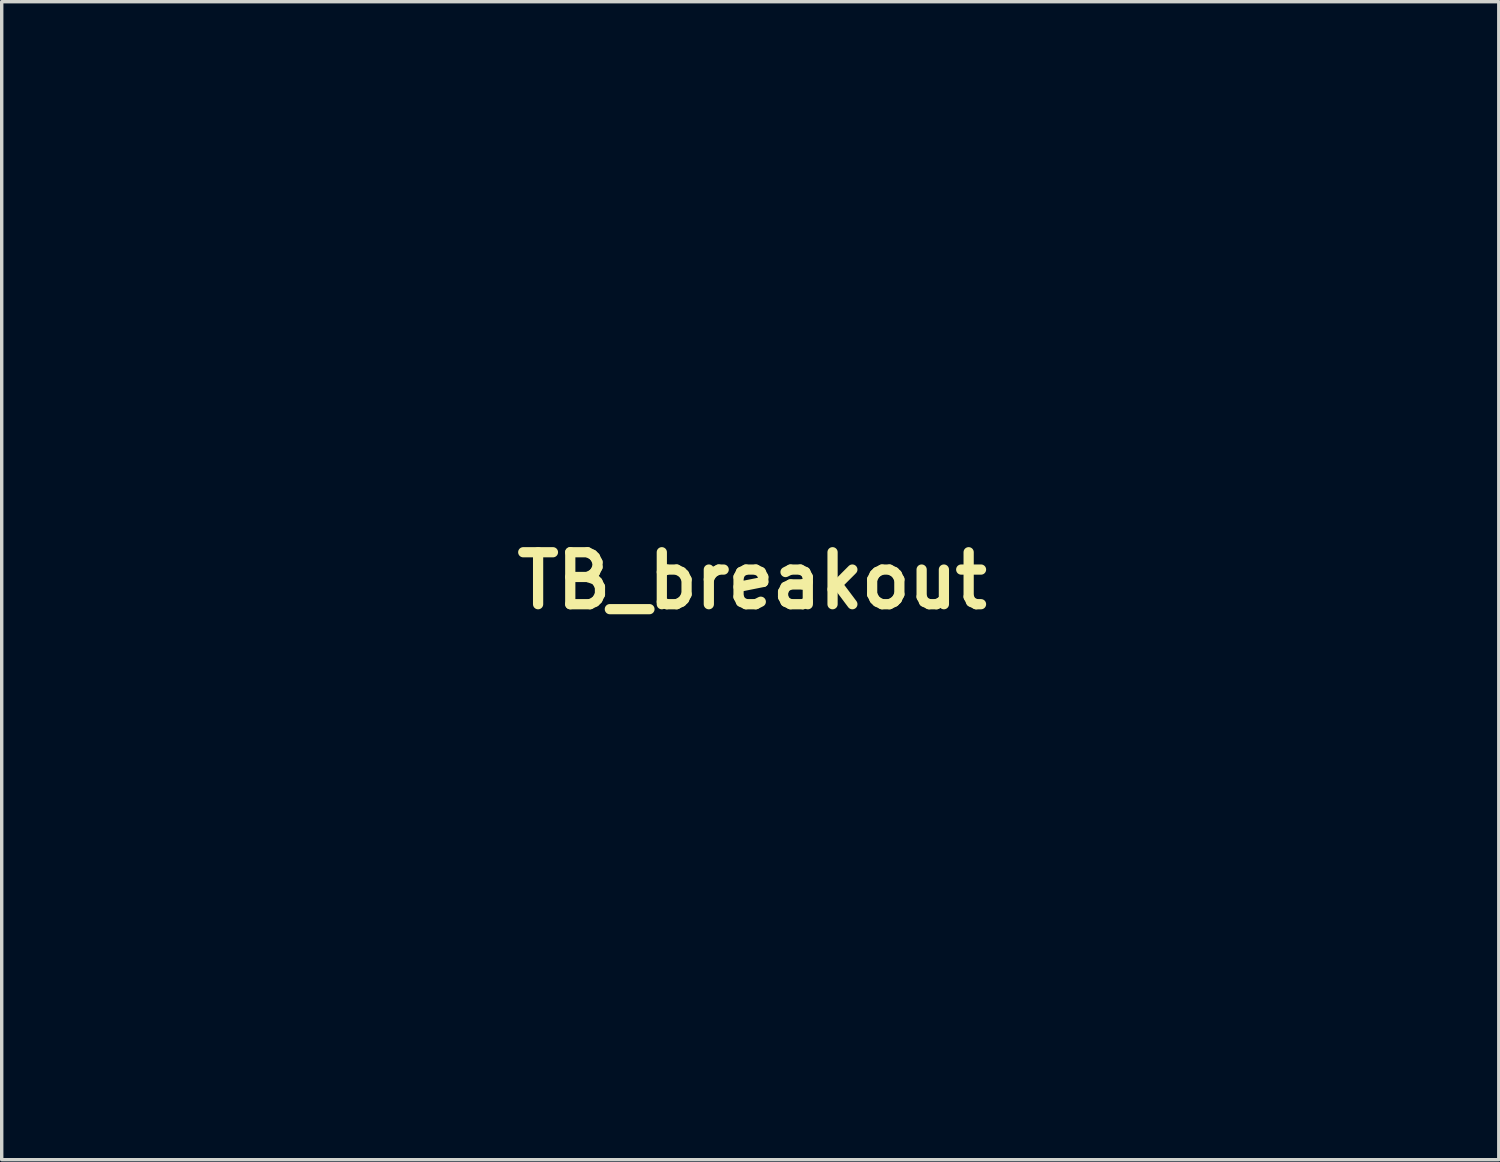
<source format=kicad_pcb>
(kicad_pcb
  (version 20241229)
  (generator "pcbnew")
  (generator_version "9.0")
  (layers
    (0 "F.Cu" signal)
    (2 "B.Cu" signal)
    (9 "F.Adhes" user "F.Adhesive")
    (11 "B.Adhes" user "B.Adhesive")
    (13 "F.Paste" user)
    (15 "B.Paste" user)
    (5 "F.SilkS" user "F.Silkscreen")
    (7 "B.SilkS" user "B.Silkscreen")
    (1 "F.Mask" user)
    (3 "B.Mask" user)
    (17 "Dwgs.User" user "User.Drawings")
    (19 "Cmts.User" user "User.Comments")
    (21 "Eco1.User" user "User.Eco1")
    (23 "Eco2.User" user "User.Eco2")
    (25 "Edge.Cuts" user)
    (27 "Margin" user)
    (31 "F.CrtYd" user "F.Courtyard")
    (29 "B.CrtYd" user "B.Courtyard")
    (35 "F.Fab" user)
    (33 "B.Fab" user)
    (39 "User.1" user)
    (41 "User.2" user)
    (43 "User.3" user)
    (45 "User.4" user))
  (footprint "TB_breakout"
    (layer "F.Cu")
    (at 19.009 13.981)
    (property "Reference" "TB_breakout" (at 0 0 0) (layer "F.SilkS") (effects (font (size 1.524 1.524) (thickness 0.3))))
    (attr through_hole)
    (fp_poly (pts (xy 3.605 -10.26) (xy 3.605 -9.594) (xy 3.401 -9.571) (xy 3.401 -10.283) (xy 3.605 -10.26)) (stroke (width 0.01) (type solid)) (fill no) (layer "Eco1.User"))
    (fp_poly (pts (xy 4.88 -9.576) (xy 4.659 -9.576) (xy 4.659 -10.278) (xy 4.88 -10.278) (xy 4.88 -9.576)) (stroke (width 0.01) (type solid)) (fill no) (layer "Eco1.User"))
    (fp_poly (pts (xy 3.503 -10.567) (xy 3.582 -10.54) (xy 3.605 -10.482) (xy 3.58 -10.421) (xy 3.503 -10.396) (xy 3.429 -10.397) (xy 3.404 -10.439) (xy 3.401 -10.482) (xy 3.412 -10.551) (xy 3.458 -10.57) (xy 3.503 -10.567)) (stroke (width 0.01) (type solid)) (fill no) (layer "Eco1.User"))
    (fp_poly (pts (xy 7.603 -5.501) (xy 7.76 -5.478) (xy 7.853 -5.431) (xy 7.878 -5.36) (xy 7.853 -5.296) (xy 7.798 -5.253) (xy 7.692 -5.228) (xy 7.603 -5.22) (xy 7.394 -5.209) (xy 7.394 -5.513) (xy 7.603 -5.501)) (stroke (width 0.01) (type solid)) (fill no) (layer "Eco1.User"))
    (fp_poly (pts (xy 4.849 -10.564) (xy 4.878 -10.522) (xy 4.88 -10.482) (xy 4.868 -10.416) (xy 4.818 -10.391) (xy 4.769 -10.389) (xy 4.69 -10.399) (xy 4.661 -10.441) (xy 4.659 -10.482) (xy 4.67 -10.548) (xy 4.721 -10.572) (xy 4.769 -10.574) (xy 4.849 -10.564)) (stroke (width 0.01) (type solid)) (fill no) (layer "Eco1.User"))
    (fp_poly (pts (xy 10.363 -8.233) (xy 10.387 -8.182) (xy 10.389 -8.134) (xy 10.379 -8.055) (xy 10.337 -8.026) (xy 10.297 -8.023) (xy 10.231 -8.035) (xy 10.207 -8.086) (xy 10.204 -8.134) (xy 10.214 -8.213) (xy 10.257 -8.242) (xy 10.297 -8.245) (xy 10.363 -8.233)) (stroke (width 0.01) (type solid)) (fill no) (layer "Eco1.User"))
    (fp_poly (pts (xy 2.107 10.426) (xy 1.977 10.426) (xy 1.884 10.414) (xy 1.83 10.383) (xy 1.828 10.378) (xy 1.822 10.326) (xy 1.818 10.214) (xy 1.817 10.057) (xy 1.819 9.871) (xy 1.82 9.796) (xy 1.83 9.262) (xy 1.969 9.25) (xy 2.107 9.239) (xy 2.107 10.426)) (stroke (width 0.01) (type solid)) (fill no) (layer "Eco1.User"))
    (fp_poly (pts (xy 4.83 -5.49) (xy 4.923 -5.434) (xy 4.954 -5.349) (xy 4.931 -5.251) (xy 4.857 -5.196) (xy 4.724 -5.176) (xy 4.707 -5.176) (xy 4.548 -5.176) (xy 4.548 -5.343) (xy 4.55 -5.445) (xy 4.569 -5.493) (xy 4.62 -5.508) (xy 4.679 -5.509) (xy 4.83 -5.49)) (stroke (width 0.01) (type solid)) (fill no) (layer "Eco1.User"))
    (fp_poly (pts (xy 4.895 4.501) (xy 5.018 4.578) (xy 5.097 4.706) (xy 5.125 4.877) (xy 5.118 4.973) (xy 5.085 5.129) (xy 5.027 5.226) (xy 4.931 5.274) (xy 4.786 5.287) (xy 4.582 5.287) (xy 4.593 4.89) (xy 4.603 4.492) (xy 4.732 4.483) (xy 4.895 4.501)) (stroke (width 0.01) (type solid)) (fill no) (layer "Eco1.User"))
    (fp_poly (pts (xy 7.838 11.851) (xy 7.834 11.962) (xy 7.822 12.034) (xy 7.81 12.051) (xy 7.763 12.037) (xy 7.669 12.005) (xy 7.569 11.969) (xy 7.46 11.923) (xy 7.387 11.881) (xy 7.368 11.856) (xy 7.406 11.827) (xy 7.494 11.783) (xy 7.609 11.736) (xy 7.838 11.65) (xy 7.838 11.851)) (stroke (width 0.01) (type solid)) (fill no) (layer "Eco1.User"))
    (fp_poly (pts (xy -3.819 -8.945) (xy -3.664 -8.936) (xy -3.565 -8.918) (xy -3.512 -8.888) (xy -3.496 -8.844) (xy -3.502 -8.796) (xy -3.515 -8.768) (xy -3.544 -8.748) (xy -3.601 -8.735) (xy -3.698 -8.729) (xy -3.847 -8.726) (xy -4.016 -8.725) (xy -4.511 -8.725) (xy -4.511 -8.947) (xy -4.037 -8.947) (xy -3.819 -8.945)) (stroke (width 0.01) (type solid)) (fill no) (layer "Eco1.User"))
    (fp_poly (pts (xy 2.384 -10.291) (xy 2.417 -10.279) (xy 2.436 -10.219) (xy 2.405 -10.159) (xy 2.341 -10.13) (xy 2.338 -10.13) (xy 2.258 -10.111) (xy 2.209 -10.046) (xy 2.186 -9.926) (xy 2.181 -9.809) (xy 2.181 -9.576) (xy 1.96 -9.576) (xy 1.96 -10.268) (xy 2.172 -10.29) (xy 2.293 -10.297) (xy 2.384 -10.291)) (stroke (width 0.01) (type solid)) (fill no) (layer "Eco1.User"))
    (fp_poly (pts (xy 11.219 -10.292) (xy 11.252 -10.28) (xy 11.271 -10.224) (xy 11.253 -10.159) (xy 11.212 -10.118) (xy 11.182 -10.118) (xy 11.102 -10.119) (xy 11.049 -10.051) (xy 11.022 -9.914) (xy 11.018 -9.812) (xy 11.018 -9.576) (xy 10.796 -9.576) (xy 10.796 -10.268) (xy 11.008 -10.29) (xy 11.129 -10.297) (xy 11.219 -10.292)) (stroke (width 0.01) (type solid)) (fill no) (layer "Eco1.User"))
    (fp_poly (pts (xy 6.161 4.857) (xy 6.191 4.889) (xy 6.242 5.008) (xy 6.242 5.124) (xy 6.2 5.225) (xy 6.127 5.295) (xy 6.032 5.322) (xy 5.926 5.292) (xy 5.902 5.277) (xy 5.858 5.207) (xy 5.836 5.097) (xy 5.838 4.978) (xy 5.866 4.881) (xy 5.879 4.862) (xy 5.961 4.813) (xy 6.066 4.812) (xy 6.161 4.857)) (stroke (width 0.01) (type solid)) (fill no) (layer "Eco1.User"))
    (fp_poly (pts (xy 7.891 7.567) (xy 8.029 7.594) (xy 8.117 7.649) (xy 8.169 7.743) (xy 8.195 7.885) (xy 8.201 7.967) (xy 8.216 8.208) (xy 7.173 8.208) (xy 7.173 7.974) (xy 7.177 7.838) (xy 7.194 7.752) (xy 7.231 7.689) (xy 7.268 7.65) (xy 7.321 7.607) (xy 7.381 7.58) (xy 7.465 7.566) (xy 7.594 7.561) (xy 7.692 7.561) (xy 7.891 7.567)) (stroke (width 0.01) (type solid)) (fill no) (layer "Eco1.User"))
    (fp_poly (pts (xy 1.264 -0.317) (xy 1.283 -0.261) (xy 1.294 -0.147) (xy 1.301 -0.018) (xy 1.305 0.134) (xy 1.303 0.227) (xy 1.291 0.275) (xy 1.266 0.292) (xy 1.239 0.293) (xy 1.198 0.284) (xy 1.211 0.271) (xy 1.24 0.221) (xy 1.255 0.101) (xy 1.257 0.011) (xy 1.254 -0.119) (xy 1.244 -0.189) (xy 1.222 -0.212) (xy 1.202 -0.208) (xy 1.153 -0.206) (xy 1.155 -0.244) (xy 1.191 -0.288) (xy 1.234 -0.323) (xy 1.264 -0.317)) (stroke (width 0.01) (type solid)) (fill no) (layer "Eco1.User"))
    (fp_poly (pts (xy 0.77 -10.574) (xy 0.888 -10.57) (xy 0.956 -10.561) (xy 0.987 -10.545) (xy 0.994 -10.518) (xy 0.992 -10.491) (xy 0.968 -10.433) (xy 0.905 -10.404) (xy 0.841 -10.396) (xy 0.702 -10.385) (xy 0.702 -9.576) (xy 0.481 -9.576) (xy 0.481 -10.385) (xy 0.342 -10.396) (xy 0.246 -10.413) (xy 0.202 -10.453) (xy 0.192 -10.491) (xy 0.189 -10.527) (xy 0.202 -10.551) (xy 0.243 -10.565) (xy 0.325 -10.572) (xy 0.46 -10.574) (xy 0.592 -10.574) (xy 0.77 -10.574)) (stroke (width 0.01) (type solid)) (fill no) (layer "Eco1.User"))
    (fp_poly (pts (xy 15.865 -2.629) (xy 15.888 -2.543) (xy 15.898 -2.389) (xy 15.898 -2.33) (xy 15.904 -2.158) (xy 15.921 -2.056) (xy 15.944 -2.021) (xy 15.944 -2.009) (xy 15.884 -2.003) (xy 15.861 -2.002) (xy 15.789 -2.007) (xy 15.772 -2.018) (xy 15.778 -2.021) (xy 15.802 -2.063) (xy 15.817 -2.152) (xy 15.825 -2.264) (xy 15.823 -2.377) (xy 15.812 -2.468) (xy 15.791 -2.513) (xy 15.786 -2.514) (xy 15.768 -2.539) (xy 15.788 -2.589) (xy 15.832 -2.645) (xy 15.865 -2.629)) (stroke (width 0.01) (type solid)) (fill no) (layer "Eco1.User"))
    (fp_poly (pts (xy -2.877 -5.642) (xy -2.858 -5.581) (xy -2.849 -5.457) (xy -2.847 -5.324) (xy -2.848 -5.166) (xy -2.853 -5.069) (xy -2.866 -5.016) (xy -2.89 -4.996) (xy -2.93 -4.992) (xy -2.93 -4.992) (xy -2.986 -4.997) (xy -2.973 -5.016) (xy -2.949 -5.031) (xy -2.911 -5.085) (xy -2.887 -5.182) (xy -2.878 -5.298) (xy -2.883 -5.412) (xy -2.902 -5.501) (xy -2.936 -5.545) (xy -2.944 -5.546) (xy -2.983 -5.556) (xy -2.962 -5.596) (xy -2.958 -5.601) (xy -2.91 -5.647) (xy -2.877 -5.642)) (stroke (width 0.01) (type solid)) (fill no) (layer "Eco1.User"))
    (fp_poly (pts (xy 1.356 -3.933) (xy 1.497 -3.865) (xy 1.603 -3.745) (xy 1.61 -3.732) (xy 1.629 -3.684) (xy 1.643 -3.62) (xy 1.652 -3.528) (xy 1.658 -3.399) (xy 1.66 -3.223) (xy 1.659 -2.99) (xy 1.656 -2.768) (xy 1.645 -1.916) (xy 1.525 -1.809) (xy 1.421 -1.734) (xy 1.31 -1.704) (xy 1.234 -1.701) (xy 1.116 -1.71) (xy 1.027 -1.749) (xy 0.939 -1.826) (xy 0.813 -1.952) (xy 0.813 -3.696) (xy 0.915 -3.81) (xy 1.047 -3.908) (xy 1.2 -3.949) (xy 1.356 -3.933)) (stroke (width 0.01) (type solid)) (fill no) (layer "Eco1.User"))
    (fp_poly (pts (xy 8.304 -1.49) (xy 8.314 -1.447) (xy 8.318 -1.351) (xy 8.319 -1.213) (xy 8.323 -1.034) (xy 8.338 -0.923) (xy 8.362 -0.876) (xy 8.365 -0.875) (xy 8.367 -0.861) (xy 8.31 -0.854) (xy 8.302 -0.853) (xy 8.231 -0.857) (xy 8.224 -0.879) (xy 8.237 -0.895) (xy 8.264 -0.956) (xy 8.278 -1.058) (xy 8.281 -1.176) (xy 8.273 -1.285) (xy 8.253 -1.36) (xy 8.236 -1.379) (xy 8.214 -1.407) (xy 8.253 -1.462) (xy 8.254 -1.464) (xy 8.285 -1.492) (xy 8.304 -1.49)) (stroke (width 0.01) (type solid)) (fill no) (layer "Eco1.User"))
    (fp_poly (pts (xy -1.146 -3.939) (xy -1.076 -3.892) (xy -0.999 -3.817) (xy -0.85 -3.669) (xy -0.85 -2.849) (xy -0.851 -2.552) (xy -0.856 -2.32) (xy -0.866 -2.143) (xy -0.883 -2.012) (xy -0.909 -1.918) (xy -0.946 -1.851) (xy -0.996 -1.802) (xy -1.06 -1.763) (xy -1.071 -1.757) (xy -1.245 -1.702) (xy -1.412 -1.721) (xy -1.566 -1.812) (xy -1.57 -1.815) (xy -1.701 -1.93) (xy -1.701 -3.682) (xy -1.599 -3.804) (xy -1.511 -3.888) (xy -1.409 -3.932) (xy -1.322 -3.946) (xy -1.218 -3.953) (xy -1.146 -3.939)) (stroke (width 0.01) (type solid)) (fill no) (layer "Eco1.User"))
    (fp_poly (pts (xy 1.793 -10.26) (xy 1.793 -9.594) (xy 1.645 -9.588) (xy 1.523 -9.579) (xy 1.417 -9.565) (xy 1.405 -9.562) (xy 1.312 -9.555) (xy 1.257 -9.563) (xy 1.185 -9.608) (xy 1.14 -9.686) (xy 1.116 -9.809) (xy 1.109 -9.99) (xy 1.109 -10.278) (xy 1.331 -10.278) (xy 1.331 -10.005) (xy 1.338 -9.839) (xy 1.361 -9.741) (xy 1.404 -9.704) (xy 1.472 -9.722) (xy 1.512 -9.747) (xy 1.555 -9.789) (xy 1.579 -9.852) (xy 1.589 -9.956) (xy 1.59 -10.043) (xy 1.59 -10.283) (xy 1.793 -10.26)) (stroke (width 0.01) (type solid)) (fill no) (layer "Eco1.User"))
    (fp_poly (pts (xy 9.829 -9.091) (xy 9.849 -9.069) (xy 9.861 -9.019) (xy 9.868 -8.93) (xy 9.871 -8.79) (xy 9.872 -8.588) (xy 9.872 -8.578) (xy 9.872 -8.06) (xy 9.65 -8.06) (xy 9.65 -8.397) (xy 9.649 -8.555) (xy 9.643 -8.652) (xy 9.631 -8.701) (xy 9.609 -8.713) (xy 9.585 -8.707) (xy 9.475 -8.677) (xy 9.412 -8.694) (xy 9.403 -8.709) (xy 9.42 -8.758) (xy 9.479 -8.835) (xy 9.563 -8.923) (xy 9.656 -9.007) (xy 9.74 -9.07) (xy 9.8 -9.095) (xy 9.801 -9.095) (xy 9.829 -9.091)) (stroke (width 0.01) (type solid)) (fill no) (layer "Eco1.User"))
    (fp_poly (pts (xy -9.18 -9.533) (xy -9.172 -9.466) (xy -9.169 -9.34) (xy -9.169 -9.287) (xy -9.167 -9.136) (xy -9.158 -9.043) (xy -9.139 -8.994) (xy -9.107 -8.974) (xy -9.104 -8.973) (xy -9.093 -8.962) (xy -9.144 -8.955) (xy -9.169 -8.955) (xy -9.241 -8.958) (xy -9.259 -8.968) (xy -9.252 -8.972) (xy -9.223 -9.022) (xy -9.208 -9.142) (xy -9.206 -9.23) (xy -9.211 -9.364) (xy -9.226 -9.437) (xy -9.243 -9.446) (xy -9.277 -9.441) (xy -9.274 -9.474) (xy -9.241 -9.524) (xy -9.225 -9.539) (xy -9.197 -9.553) (xy -9.18 -9.533)) (stroke (width 0.01) (type solid)) (fill no) (layer "Eco1.User"))
    (fp_poly (pts (xy -1.801 12.07) (xy -1.783 12.131) (xy -1.776 12.253) (xy -1.775 12.364) (xy -1.77 12.541) (xy -1.755 12.649) (xy -1.729 12.694) (xy -1.728 12.694) (xy -1.729 12.706) (xy -1.789 12.711) (xy -1.812 12.711) (xy -1.879 12.707) (xy -1.887 12.696) (xy -1.876 12.693) (xy -1.841 12.672) (xy -1.821 12.62) (xy -1.813 12.521) (xy -1.812 12.421) (xy -1.814 12.286) (xy -1.824 12.212) (xy -1.844 12.185) (xy -1.867 12.188) (xy -1.915 12.188) (xy -1.915 12.148) (xy -1.878 12.097) (xy -1.831 12.061) (xy -1.801 12.07)) (stroke (width 0.01) (type solid)) (fill no) (layer "Eco1.User"))
    (fp_poly (pts (xy 1.397 1.6) (xy 1.53 1.699) (xy 1.574 1.748) (xy 1.667 1.859) (xy 1.656 2.744) (xy 1.645 3.63) (xy 1.542 3.719) (xy 1.454 3.777) (xy 1.349 3.803) (xy 1.24 3.808) (xy 1.118 3.803) (xy 1.039 3.779) (xy 0.97 3.723) (xy 0.928 3.677) (xy 0.813 3.547) (xy 0.813 2.696) (xy 0.814 2.401) (xy 0.817 2.17) (xy 0.826 1.995) (xy 0.842 1.867) (xy 0.867 1.775) (xy 0.905 1.712) (xy 0.958 1.667) (xy 1.027 1.632) (xy 1.093 1.605) (xy 1.255 1.57) (xy 1.397 1.6)) (stroke (width 0.01) (type solid)) (fill no) (layer "Eco1.User"))
    (fp_poly (pts (xy -1.171 1.588) (xy -1.166 1.589) (xy -1.055 1.648) (xy -0.952 1.734) (xy -0.942 1.746) (xy -0.846 1.86) (xy -0.869 3.63) (xy -0.973 3.719) (xy -1.06 3.777) (xy -1.166 3.803) (xy -1.273 3.808) (xy -1.398 3.802) (xy -1.483 3.776) (xy -1.559 3.717) (xy -1.585 3.69) (xy -1.701 3.572) (xy -1.701 2.731) (xy -1.699 2.398) (xy -1.692 2.136) (xy -1.682 1.946) (xy -1.668 1.829) (xy -1.658 1.795) (xy -1.599 1.723) (xy -1.501 1.65) (xy -1.455 1.624) (xy -1.345 1.578) (xy -1.262 1.567) (xy -1.171 1.588)) (stroke (width 0.01) (type solid)) (fill no) (layer "Eco1.User"))
    (fp_poly (pts (xy 0.091 -3.937) (xy 0.232 -3.872) (xy 0.339 -3.756) (xy 0.351 -3.735) (xy 0.372 -3.656) (xy 0.388 -3.516) (xy 0.401 -3.331) (xy 0.409 -3.115) (xy 0.412 -2.881) (xy 0.411 -2.645) (xy 0.405 -2.419) (xy 0.395 -2.219) (xy 0.38 -2.058) (xy 0.361 -1.95) (xy 0.351 -1.923) (xy 0.25 -1.79) (xy 0.112 -1.718) (xy -0.032 -1.701) (xy -0.143 -1.71) (xy -0.227 -1.747) (xy -0.316 -1.83) (xy -0.319 -1.833) (xy -0.444 -1.965) (xy -0.444 -3.682) (xy -0.342 -3.803) (xy -0.215 -3.904) (xy -0.064 -3.948) (xy 0.091 -3.937)) (stroke (width 0.01) (type solid)) (fill no) (layer "Eco1.User"))
    (fp_poly (pts (xy 8.867 -10.275) (xy 8.937 -10.178) (xy 8.975 -10.018) (xy 8.984 -9.833) (xy 8.984 -9.576) (xy 8.762 -9.576) (xy 8.762 -9.83) (xy 8.753 -10.004) (xy 8.723 -10.111) (xy 8.67 -10.154) (xy 8.592 -10.138) (xy 8.582 -10.133) (xy 8.54 -10.097) (xy 8.515 -10.035) (xy 8.501 -9.928) (xy 8.496 -9.843) (xy 8.489 -9.711) (xy 8.476 -9.635) (xy 8.451 -9.599) (xy 8.405 -9.585) (xy 8.383 -9.583) (xy 8.282 -9.571) (xy 8.282 -10.284) (xy 8.402 -10.274) (xy 8.523 -10.276) (xy 8.624 -10.294) (xy 8.764 -10.313) (xy 8.867 -10.275)) (stroke (width 0.01) (type solid)) (fill no) (layer "Eco1.User"))
    (fp_poly (pts (xy 2.622 5.826) (xy 2.685 5.885) (xy 2.682 5.975) (xy 2.613 6.097) (xy 2.549 6.174) (xy 2.403 6.341) (xy 2.717 6.381) (xy 2.505 6.398) (xy 2.391 6.404) (xy 2.314 6.402) (xy 2.292 6.394) (xy 2.315 6.359) (xy 2.376 6.284) (xy 2.462 6.184) (xy 2.481 6.162) (xy 2.577 6.05) (xy 2.627 5.976) (xy 2.639 5.928) (xy 2.624 5.896) (xy 2.548 5.853) (xy 2.444 5.844) (xy 2.354 5.872) (xy 2.337 5.886) (xy 2.299 5.91) (xy 2.292 5.888) (xy 2.325 5.828) (xy 2.415 5.799) (xy 2.492 5.799) (xy 2.622 5.826)) (stroke (width 0.01) (type solid)) (fill no) (layer "Eco1.User"))
    (fp_poly (pts (xy -15.538 0.451) (xy -15.418 0.46) (xy -15.353 0.476) (xy -15.324 0.51) (xy -15.313 0.568) (xy -15.308 0.711) (xy -15.34 0.798) (xy -15.419 0.843) (xy -15.518 0.858) (xy -15.627 0.87) (xy -15.685 0.897) (xy -15.714 0.951) (xy -15.717 0.961) (xy -15.73 0.974) (xy -15.739 0.92) (xy -15.745 0.806) (xy -15.747 0.747) (xy -15.75 0.481) (xy -15.713 0.481) (xy -15.713 0.622) (xy -15.707 0.734) (xy -15.675 0.791) (xy -15.599 0.811) (xy -15.522 0.813) (xy -15.38 0.813) (xy -15.38 0.481) (xy -15.713 0.481) (xy -15.75 0.481) (xy -15.75 0.44) (xy -15.538 0.451)) (stroke (width 0.01) (type solid)) (fill no) (layer "Eco1.User"))
    (fp_poly (pts (xy -6.883 9.202) (xy -6.7 9.294) (xy -6.559 9.435) (xy -6.468 9.614) (xy -6.434 9.821) (xy -6.454 10.001) (xy -6.522 10.16) (xy -6.637 10.303) (xy -6.777 10.402) (xy -6.791 10.408) (xy -6.948 10.448) (xy -7.133 10.46) (xy -7.311 10.442) (xy -7.416 10.411) (xy -7.526 10.341) (xy -7.62 10.244) (xy -7.68 10.142) (xy -7.69 10.091) (xy -7.708 10.022) (xy -7.727 10.001) (xy -7.756 9.945) (xy -7.763 9.844) (xy -7.75 9.722) (xy -7.717 9.605) (xy -7.703 9.572) (xy -7.581 9.377) (xy -7.43 9.248) (xy -7.245 9.181) (xy -7.099 9.169) (xy -6.883 9.202)) (stroke (width 0.01) (type solid)) (fill no) (layer "Eco1.User"))
    (fp_poly (pts (xy 0.991 -0.054) (xy 0.99 0.11) (xy 0.969 0.213) (xy 0.92 0.27) (xy 0.834 0.293) (xy 0.758 0.296) (xy 0.651 0.286) (xy 0.574 0.26) (xy 0.562 0.251) (xy 0.54 0.197) (xy 0.525 0.099) (xy 0.518 -0.021) (xy 0.519 -0.141) (xy 0.529 -0.238) (xy 0.546 -0.291) (xy 0.555 -0.296) (xy 0.574 -0.262) (xy 0.587 -0.173) (xy 0.592 -0.063) (xy 0.6 0.096) (xy 0.63 0.195) (xy 0.688 0.245) (xy 0.779 0.259) (xy 0.864 0.246) (xy 0.919 0.198) (xy 0.952 0.104) (xy 0.969 -0.05) (xy 0.971 -0.075) (xy 0.984 -0.314) (xy 0.991 -0.054)) (stroke (width 0.01) (type solid)) (fill no) (layer "Eco1.User"))
    (fp_poly (pts (xy -9.472 -9.271) (xy -9.472 -9.127) (xy -9.476 -9.015) (xy -9.485 -8.954) (xy -9.49 -8.947) (xy -9.532 -8.97) (xy -9.599 -9.025) (xy -9.601 -9.028) (xy -9.687 -9.108) (xy -9.772 -9.028) (xy -9.839 -8.972) (xy -9.883 -8.947) (xy -9.883 -8.947) (xy -9.894 -8.981) (xy -9.9 -9.073) (xy -9.902 -9.205) (xy -9.901 -9.271) (xy -9.894 -9.594) (xy -9.881 -9.303) (xy -9.868 -9.011) (xy -9.778 -9.096) (xy -9.713 -9.151) (xy -9.669 -9.157) (xy -9.62 -9.12) (xy -9.559 -9.073) (xy -9.528 -9.058) (xy -9.515 -9.092) (xy -9.503 -9.182) (xy -9.493 -9.308) (xy -9.492 -9.326) (xy -9.48 -9.594) (xy -9.472 -9.271)) (stroke (width 0.01) (type solid)) (fill no) (layer "Eco1.User"))
    (fp_poly (pts (xy 2.145 -4.635) (xy 2.174 -4.614) (xy 2.215 -4.557) (xy 2.21 -4.529) (xy 2.165 -4.549) (xy 2.151 -4.56) (xy 2.049 -4.616) (xy 1.952 -4.606) (xy 1.872 -4.54) (xy 1.822 -4.426) (xy 1.812 -4.326) (xy 1.835 -4.184) (xy 1.896 -4.084) (xy 1.982 -4.036) (xy 2.082 -4.046) (xy 2.151 -4.091) (xy 2.201 -4.125) (xy 2.218 -4.117) (xy 2.187 -4.047) (xy 2.11 -4.005) (xy 2.01 -3.993) (xy 1.911 -4.015) (xy 1.835 -4.071) (xy 1.832 -4.075) (xy 1.791 -4.178) (xy 1.774 -4.311) (xy 1.781 -4.446) (xy 1.813 -4.556) (xy 1.842 -4.597) (xy 1.933 -4.644) (xy 2.046 -4.657) (xy 2.145 -4.635)) (stroke (width 0.01) (type solid)) (fill no) (layer "Eco1.User"))
    (fp_poly (pts (xy 2.633 -3.929) (xy 2.699 -3.901) (xy 2.766 -3.864) (xy 2.818 -3.824) (xy 2.857 -3.773) (xy 2.884 -3.7) (xy 2.903 -3.597) (xy 2.913 -3.453) (xy 2.919 -3.261) (xy 2.921 -3.01) (xy 2.921 -2.816) (xy 2.921 -1.952) (xy 2.795 -1.826) (xy 2.702 -1.746) (xy 2.614 -1.709) (xy 2.496 -1.701) (xy 2.375 -1.71) (xy 2.287 -1.747) (xy 2.196 -1.826) (xy 2.07 -1.952) (xy 2.07 -2.816) (xy 2.071 -3.11) (xy 2.074 -3.338) (xy 2.081 -3.511) (xy 2.094 -3.639) (xy 2.116 -3.73) (xy 2.148 -3.794) (xy 2.191 -3.84) (xy 2.248 -3.877) (xy 2.293 -3.901) (xy 2.463 -3.952) (xy 2.633 -3.929)) (stroke (width 0.01) (type solid)) (fill no) (layer "Eco1.User"))
    (fp_poly (pts (xy -2.245 2.679) (xy -2.221 2.706) (xy -2.218 2.728) (xy -2.243 2.786) (xy -2.309 2.874) (xy -2.401 2.975) (xy -2.403 2.976) (xy -2.495 3.073) (xy -2.562 3.155) (xy -2.588 3.205) (xy -2.588 3.206) (xy -2.611 3.25) (xy -2.625 3.254) (xy -2.661 3.225) (xy -2.662 3.214) (xy -2.638 3.17) (xy -2.575 3.09) (xy -2.487 2.99) (xy -2.477 2.98) (xy -2.387 2.879) (xy -2.321 2.795) (xy -2.293 2.746) (xy -2.292 2.744) (xy -2.325 2.717) (xy -2.41 2.696) (xy -2.468 2.689) (xy -2.563 2.681) (xy -2.594 2.677) (xy -2.557 2.673) (xy -2.45 2.669) (xy -2.431 2.669) (xy -2.31 2.668) (xy -2.245 2.679)) (stroke (width 0.01) (type solid)) (fill no) (layer "Eco1.User"))
    (fp_poly (pts (xy -2.181 4.798) (xy -2.147 4.822) (xy -2.13 4.878) (xy -2.121 4.984) (xy -2.119 5.119) (xy -2.119 5.121) (xy -2.126 5.379) (xy -2.275 5.39) (xy -2.376 5.391) (xy -2.442 5.38) (xy -2.451 5.375) (xy -2.478 5.326) (xy -2.461 5.305) (xy -2.424 5.322) (xy -2.349 5.351) (xy -2.267 5.354) (xy -2.181 5.319) (xy -2.147 5.252) (xy -2.169 5.179) (xy -2.218 5.14) (xy -2.295 5.098) (xy -2.214 5.032) (xy -2.155 4.956) (xy -2.157 4.9) (xy -2.189 4.858) (xy -2.254 4.847) (xy -2.332 4.854) (xy -2.423 4.862) (xy -2.454 4.852) (xy -2.44 4.824) (xy -2.371 4.788) (xy -2.272 4.779) (xy -2.181 4.798)) (stroke (width 0.01) (type solid)) (fill no) (layer "Eco1.User"))
    (fp_poly (pts (xy 7.69 3.838) (xy 6.192 3.839) (xy 4.694 3.839) (xy 4.696 3.708) (xy 5.916 3.708) (xy 6.11 3.684) (xy 6.238 3.671) (xy 6.348 3.662) (xy 6.387 3.661) (xy 6.439 3.652) (xy 6.463 3.613) (xy 6.47 3.525) (xy 6.47 3.494) (xy 6.47 3.328) (xy 6.174 3.328) (xy 6.174 2.995) (xy 6.47 2.995) (xy 6.47 2.828) (xy 6.466 2.725) (xy 6.447 2.676) (xy 6.402 2.662) (xy 6.387 2.662) (xy 6.302 2.657) (xy 6.18 2.646) (xy 6.11 2.638) (xy 5.916 2.615) (xy 5.916 3.708) (xy 4.696 3.708) (xy 4.704 3.149) (xy 4.714 2.459) (xy 6.202 2.449) (xy 7.69 2.439) (xy 7.69 3.838)) (stroke (width 0.01) (type solid)) (fill no) (layer "Eco1.User"))
    (fp_poly (pts (xy -4.384 11.698) (xy -4.245 11.765) (xy -4.111 11.885) (xy -3.999 12.04) (xy -3.936 12.183) (xy -3.902 12.297) (xy -3.892 12.375) (xy -3.908 12.45) (xy -3.953 12.553) (xy -3.968 12.586) (xy -4.084 12.775) (xy -4.225 12.898) (xy -4.401 12.963) (xy -4.565 12.976) (xy -4.709 12.966) (xy -4.841 12.943) (xy -4.906 12.923) (xy -5.031 12.834) (xy -5.139 12.693) (xy -5.214 12.523) (xy -5.241 12.392) (xy -5.243 12.259) (xy -5.213 12.138) (xy -5.161 12.023) (xy -5.103 11.92) (xy -5.054 11.85) (xy -5.03 11.831) (xy -4.98 11.808) (xy -4.938 11.773) (xy -4.864 11.735) (xy -4.743 11.705) (xy -4.601 11.688) (xy -4.465 11.686) (xy -4.384 11.698)) (stroke (width 0.01) (type solid)) (fill no) (layer "Eco1.User"))
    (fp_poly (pts (xy 0.138 1.602) (xy 0.275 1.702) (xy 0.298 1.728) (xy 0.411 1.857) (xy 0.4 2.739) (xy 0.396 3.017) (xy 0.392 3.231) (xy 0.387 3.39) (xy 0.379 3.504) (xy 0.369 3.582) (xy 0.355 3.634) (xy 0.336 3.67) (xy 0.311 3.698) (xy 0.306 3.703) (xy 0.225 3.759) (xy 0.105 3.79) (xy 0.01 3.8) (xy -0.115 3.806) (xy -0.195 3.795) (xy -0.259 3.757) (xy -0.325 3.694) (xy -0.444 3.572) (xy -0.444 2.727) (xy -0.443 2.426) (xy -0.439 2.191) (xy -0.43 2.011) (xy -0.413 1.878) (xy -0.388 1.782) (xy -0.351 1.716) (xy -0.3 1.669) (xy -0.234 1.633) (xy -0.187 1.614) (xy -0.014 1.573) (xy 0.138 1.602)) (stroke (width 0.01) (type solid)) (fill no) (layer "Eco1.User"))
    (fp_poly (pts (xy 2.006 5.804) (xy 2.082 5.836) (xy 2.107 5.879) (xy 2.086 5.899) (xy 2.036 5.88) (xy 1.924 5.846) (xy 1.813 5.851) (xy 1.745 5.886) (xy 1.718 5.948) (xy 1.702 6.052) (xy 1.701 6.1) (xy 1.71 6.213) (xy 1.733 6.296) (xy 1.745 6.315) (xy 1.829 6.353) (xy 1.942 6.353) (xy 2.036 6.321) (xy 2.095 6.303) (xy 2.107 6.319) (xy 2.075 6.369) (xy 1.996 6.401) (xy 1.894 6.412) (xy 1.794 6.399) (xy 1.72 6.36) (xy 1.717 6.357) (xy 1.682 6.279) (xy 1.664 6.16) (xy 1.665 6.03) (xy 1.683 5.914) (xy 1.719 5.842) (xy 1.722 5.839) (xy 1.801 5.803) (xy 1.904 5.792) (xy 2.006 5.804)) (stroke (width 0.01) (type solid)) (fill no) (layer "Eco1.User"))
    (fp_poly (pts (xy -0.041 5.86) (xy -0.034 5.957) (xy -0.031 6.081) (xy -0.032 6.209) (xy -0.038 6.316) (xy -0.048 6.38) (xy -0.052 6.387) (xy -0.066 6.369) (xy -0.074 6.298) (xy -0.074 6.273) (xy -0.078 6.186) (xy -0.105 6.148) (xy -0.175 6.138) (xy -0.222 6.137) (xy -0.314 6.131) (xy -0.366 6.115) (xy -0.37 6.108) (xy -0.346 6.065) (xy -0.327 6.043) (xy -0.247 6.043) (xy -0.231 6.062) (xy -0.172 6.063) (xy -0.095 6.046) (xy -0.074 6.01) (xy -0.094 5.947) (xy -0.146 5.944) (xy -0.204 5.99) (xy -0.247 6.043) (xy -0.327 6.043) (xy -0.286 5.997) (xy -0.208 5.922) (xy -0.131 5.856) (xy -0.073 5.817) (xy -0.053 5.813) (xy -0.041 5.86)) (stroke (width 0.01) (type solid)) (fill no) (layer "Eco1.User"))
    (fp_poly (pts (xy 8.524 0.657) (xy 8.577 0.709) (xy 8.593 0.749) (xy 8.608 0.809) (xy 8.596 0.862) (xy 8.549 0.928) (xy 8.459 1.025) (xy 8.45 1.033) (xy 8.271 1.215) (xy 8.433 1.23) (xy 8.525 1.238) (xy 8.551 1.243) (xy 8.509 1.247) (xy 8.402 1.251) (xy 8.294 1.25) (xy 8.223 1.24) (xy 8.208 1.23) (xy 8.232 1.193) (xy 8.296 1.119) (xy 8.386 1.023) (xy 8.399 1.011) (xy 8.496 0.908) (xy 8.547 0.842) (xy 8.56 0.797) (xy 8.542 0.76) (xy 8.539 0.756) (xy 8.475 0.715) (xy 8.371 0.711) (xy 8.346 0.714) (xy 8.258 0.722) (xy 8.23 0.712) (xy 8.249 0.679) (xy 8.324 0.64) (xy 8.426 0.636) (xy 8.524 0.657)) (stroke (width 0.01) (type solid)) (fill no) (layer "Eco1.User"))
    (fp_poly (pts (xy -9.799 10.704) (xy -9.555 10.762) (xy -9.347 10.875) (xy -9.165 11.048) (xy -9.019 11.258) (xy -8.956 11.42) (xy -8.926 11.62) (xy -8.93 11.832) (xy -8.967 12.027) (xy -9.016 12.145) (xy -9.167 12.357) (xy -9.345 12.528) (xy -9.477 12.613) (xy -9.612 12.66) (xy -9.789 12.692) (xy -9.978 12.706) (xy -10.148 12.7) (xy -10.223 12.686) (xy -10.459 12.586) (xy -10.661 12.424) (xy -10.823 12.205) (xy -10.878 12.094) (xy -10.93 11.927) (xy -10.954 11.738) (xy -10.95 11.557) (xy -10.917 11.412) (xy -10.912 11.402) (xy -10.86 11.291) (xy -10.803 11.173) (xy -10.802 11.171) (xy -10.683 11.002) (xy -10.509 10.864) (xy -10.297 10.763) (xy -10.063 10.706) (xy -9.822 10.701) (xy -9.799 10.704)) (stroke (width 0.01) (type solid)) (fill no) (layer "Eco1.User"))
    (fp_poly (pts (xy -3.296 -5.643) (xy -3.215 -5.602) (xy -3.18 -5.537) (xy -3.18 -5.533) (xy -3.202 -5.527) (xy -3.247 -5.559) (xy -3.334 -5.606) (xy -3.429 -5.617) (xy -3.504 -5.592) (xy -3.527 -5.561) (xy -3.54 -5.493) (xy -3.548 -5.38) (xy -3.549 -5.302) (xy -3.545 -5.182) (xy -3.528 -5.114) (xy -3.488 -5.075) (xy -3.457 -5.059) (xy -3.376 -5.036) (xy -3.311 -5.066) (xy -3.297 -5.078) (xy -3.229 -5.129) (xy -3.196 -5.135) (xy -3.208 -5.098) (xy -3.235 -5.065) (xy -3.332 -5.003) (xy -3.444 -4.997) (xy -3.541 -5.045) (xy -3.566 -5.073) (xy -3.603 -5.17) (xy -3.62 -5.302) (xy -3.616 -5.441) (xy -3.592 -5.555) (xy -3.572 -5.592) (xy -3.499 -5.642) (xy -3.399 -5.657) (xy -3.296 -5.643)) (stroke (width 0.01) (type solid)) (fill no) (layer "Eco1.User"))
    (fp_poly (pts (xy 2.597 1.589) (xy 2.743 1.652) (xy 2.853 1.759) (xy 2.884 1.815) (xy 2.899 1.893) (xy 2.91 2.043) (xy 2.915 2.265) (xy 2.916 2.557) (xy 2.914 2.766) (xy 2.91 3.039) (xy 2.906 3.249) (xy 2.9 3.404) (xy 2.893 3.514) (xy 2.882 3.589) (xy 2.867 3.639) (xy 2.847 3.674) (xy 2.821 3.702) (xy 2.729 3.762) (xy 2.589 3.795) (xy 2.536 3.8) (xy 2.414 3.807) (xy 2.335 3.794) (xy 2.268 3.751) (xy 2.201 3.687) (xy 2.07 3.557) (xy 2.07 2.741) (xy 2.072 2.437) (xy 2.078 2.197) (xy 2.089 2.014) (xy 2.108 1.877) (xy 2.136 1.778) (xy 2.175 1.708) (xy 2.227 1.657) (xy 2.283 1.622) (xy 2.436 1.577) (xy 2.597 1.589)) (stroke (width 0.01) (type solid)) (fill no) (layer "Eco1.User"))
    (fp_poly (pts (xy 15.431 -2.635) (xy 15.54 -2.559) (xy 15.597 -2.447) (xy 15.602 -2.396) (xy 15.579 -2.297) (xy 15.502 -2.233) (xy 15.365 -2.196) (xy 15.327 -2.191) (xy 15.223 -2.173) (xy 15.171 -2.142) (xy 15.149 -2.084) (xy 15.148 -2.075) (xy 15.141 -2.066) (xy 15.134 -2.121) (xy 15.129 -2.228) (xy 15.129 -2.251) (xy 15.154 -2.251) (xy 15.309 -2.262) (xy 15.44 -2.29) (xy 15.516 -2.351) (xy 15.545 -2.412) (xy 15.531 -2.468) (xy 15.488 -2.529) (xy 15.409 -2.602) (xy 15.317 -2.619) (xy 15.293 -2.618) (xy 15.223 -2.606) (xy 15.187 -2.574) (xy 15.171 -2.502) (xy 15.166 -2.429) (xy 15.154 -2.251) (xy 15.129 -2.251) (xy 15.127 -2.32) (xy 15.122 -2.662) (xy 15.282 -2.662) (xy 15.431 -2.635)) (stroke (width 0.01) (type solid)) (fill no) (layer "Eco1.User"))
    (fp_poly (pts (xy 5.244 -10.52) (xy 5.25 -10.466) (xy 5.267 -10.354) (xy 5.313 -10.288) (xy 5.346 -10.278) (xy 5.392 -10.255) (xy 5.391 -10.203) (xy 5.348 -10.146) (xy 5.324 -10.13) (xy 5.275 -10.085) (xy 5.253 -10.003) (xy 5.25 -9.922) (xy 5.256 -9.813) (xy 5.28 -9.757) (xy 5.324 -9.734) (xy 5.383 -9.691) (xy 5.394 -9.625) (xy 5.355 -9.569) (xy 5.339 -9.561) (xy 5.227 -9.541) (xy 5.137 -9.584) (xy 5.123 -9.597) (xy 5.086 -9.669) (xy 5.068 -9.795) (xy 5.065 -9.893) (xy 5.06 -10.017) (xy 5.046 -10.102) (xy 5.028 -10.13) (xy 4.998 -10.161) (xy 4.991 -10.202) (xy 5.008 -10.273) (xy 5.028 -10.297) (xy 5.059 -10.349) (xy 5.065 -10.39) (xy 5.095 -10.463) (xy 5.137 -10.499) (xy 5.212 -10.532) (xy 5.244 -10.52)) (stroke (width 0.01) (type solid)) (fill no) (layer "Eco1.User"))
    (fp_poly (pts (xy -2.22 12.067) (xy -2.142 12.116) (xy -2.11 12.211) (xy -2.107 12.266) (xy -2.123 12.409) (xy -2.175 12.494) (xy -2.273 12.531) (xy -2.328 12.534) (xy -2.423 12.54) (xy -2.468 12.568) (xy -2.487 12.633) (xy -2.488 12.635) (xy -2.495 12.646) (xy -2.501 12.593) (xy -2.506 12.487) (xy -2.509 12.395) (xy -2.511 12.269) (xy -2.477 12.269) (xy -2.472 12.378) (xy -2.46 12.454) (xy -2.452 12.472) (xy -2.383 12.496) (xy -2.289 12.48) (xy -2.212 12.435) (xy -2.159 12.348) (xy -2.147 12.241) (xy -2.177 12.148) (xy -2.189 12.134) (xy -2.255 12.103) (xy -2.352 12.09) (xy -2.355 12.09) (xy -2.428 12.093) (xy -2.464 12.117) (xy -2.476 12.18) (xy -2.477 12.269) (xy -2.511 12.269) (xy -2.514 12.053) (xy -2.355 12.053) (xy -2.22 12.067)) (stroke (width 0.01) (type solid)) (fill no) (layer "Eco1.User"))
    (fp_poly (pts (xy 5.612 -10.269) (xy 5.651 -10.233) (xy 5.69 -10.153) (xy 5.734 -10.029) (xy 5.817 -9.779) (xy 5.897 -10.02) (xy 5.944 -10.15) (xy 5.983 -10.224) (xy 6.027 -10.26) (xy 6.076 -10.272) (xy 6.148 -10.268) (xy 6.174 -10.247) (xy 6.162 -10.19) (xy 6.128 -10.083) (xy 6.08 -9.943) (xy 6.024 -9.79) (xy 5.967 -9.639) (xy 5.916 -9.511) (xy 5.876 -9.423) (xy 5.803 -9.327) (xy 5.707 -9.262) (xy 5.611 -9.239) (xy 5.535 -9.266) (xy 5.534 -9.268) (xy 5.506 -9.337) (xy 5.534 -9.404) (xy 5.592 -9.435) (xy 5.654 -9.46) (xy 5.681 -9.521) (xy 5.672 -9.624) (xy 5.626 -9.778) (xy 5.585 -9.892) (xy 5.522 -10.059) (xy 5.487 -10.17) (xy 5.479 -10.236) (xy 5.498 -10.268) (xy 5.543 -10.278) (xy 5.561 -10.278) (xy 5.612 -10.269)) (stroke (width 0.01) (type solid)) (fill no) (layer "Eco1.User"))
    (fp_poly (pts (xy 15.119 -13.078) (xy 15.175 -13.054) (xy 15.177 -13.051) (xy 15.227 -13.024) (xy 15.302 -13.014) (xy 15.451 -12.996) (xy 15.645 -12.944) (xy 15.864 -12.866) (xy 16.091 -12.769) (xy 16.307 -12.659) (xy 16.379 -12.618) (xy 16.523 -12.523) (xy 16.681 -12.406) (xy 16.842 -12.275) (xy 16.995 -12.142) (xy 17.128 -12.016) (xy 17.23 -11.906) (xy 17.291 -11.824) (xy 17.303 -11.79) (xy 17.324 -11.734) (xy 17.376 -11.651) (xy 17.39 -11.631) (xy 17.525 -11.419) (xy 17.641 -11.169) (xy 17.699 -11.003) (xy 17.736 -10.889) (xy 17.77 -10.803) (xy 17.785 -10.776) (xy 17.811 -10.713) (xy 17.837 -10.597) (xy 17.862 -10.448) (xy 17.881 -10.286) (xy 17.893 -10.132) (xy 17.894 -10.066) (xy 17.895 -9.872) (xy 14.9 -9.872) (xy 14.9 -13.088) (xy 15.027 -13.088) (xy 15.119 -13.078)) (stroke (width 0.01) (type solid)) (fill no) (layer "Eco1.User"))
    (fp_poly (pts (xy 15.53 -13.973) (xy 15.684 -13.964) (xy 15.816 -13.944) (xy 15.952 -13.908) (xy 16.096 -13.863) (xy 16.586 -13.661) (xy 17.048 -13.394) (xy 17.474 -13.07) (xy 17.857 -12.694) (xy 18.189 -12.275) (xy 18.435 -11.868) (xy 18.542 -11.665) (xy 18.551 -12.82) (xy 18.561 -13.976) (xy 18.893 -13.976) (xy 18.893 -9.916) (xy 18.707 -9.903) (xy 18.522 -9.89) (xy 18.527 -10.315) (xy 18.527 -10.511) (xy 18.521 -10.66) (xy 18.503 -10.786) (xy 18.47 -10.916) (xy 18.42 -11.076) (xy 18.415 -11.089) (xy 18.217 -11.584) (xy 17.968 -12.028) (xy 17.664 -12.432) (xy 17.374 -12.735) (xy 17.041 -13.014) (xy 16.678 -13.254) (xy 16.298 -13.45) (xy 15.912 -13.596) (xy 15.535 -13.687) (xy 15.191 -13.717) (xy 14.9 -13.717) (xy 14.9 -13.976) (xy 15.329 -13.976) (xy 15.53 -13.973)) (stroke (width 0.01) (type solid)) (fill no) (layer "Eco1.User"))
    (fp_poly (pts (xy -14.756 0.466) (xy -14.719 0.514) (xy -14.707 0.539) (xy -14.687 0.594) (xy -14.692 0.64) (xy -14.73 0.696) (xy -14.812 0.776) (xy -14.857 0.818) (xy -14.96 0.917) (xy -15.005 0.979) (xy -14.989 1.015) (xy -14.913 1.035) (xy -14.826 1.046) (xy -14.778 1.055) (xy -14.804 1.061) (xy -14.903 1.066) (xy -14.907 1.066) (xy -15.025 1.064) (xy -15.11 1.052) (xy -15.138 1.038) (xy -15.123 1) (xy -15.062 0.929) (xy -14.968 0.841) (xy -14.954 0.829) (xy -14.824 0.703) (xy -14.761 0.605) (xy -14.767 0.536) (xy -14.84 0.496) (xy -14.893 0.487) (xy -14.996 0.493) (xy -15.074 0.524) (xy -15.075 0.524) (xy -15.118 0.554) (xy -15.119 0.53) (xy -15.116 0.518) (xy -15.064 0.475) (xy -14.944 0.452) (xy -14.925 0.451) (xy -14.817 0.448) (xy -14.756 0.466)) (stroke (width 0.01) (type solid)) (fill no) (layer "Eco1.User"))
    (fp_poly (pts (xy 10.165 -12.838) (xy 10.22 -12.826) (xy 10.361 -12.766) (xy 10.517 -12.66) (xy 10.666 -12.529) (xy 10.785 -12.39) (xy 10.83 -12.317) (xy 10.91 -12.082) (xy 10.931 -11.826) (xy 10.894 -11.568) (xy 10.801 -11.33) (xy 10.754 -11.251) (xy 10.623 -11.093) (xy 10.473 -10.983) (xy 10.279 -10.906) (xy 10.22 -10.889) (xy 10.054 -10.852) (xy 9.92 -10.839) (xy 9.783 -10.852) (xy 9.62 -10.887) (xy 9.388 -10.98) (xy 9.187 -11.14) (xy 9.04 -11.333) (xy 8.985 -11.428) (xy 8.952 -11.513) (xy 8.935 -11.612) (xy 8.929 -11.749) (xy 8.929 -11.828) (xy 8.933 -12.004) (xy 8.948 -12.13) (xy 8.979 -12.231) (xy 9.012 -12.3) (xy 9.103 -12.431) (xy 9.234 -12.57) (xy 9.382 -12.696) (xy 9.524 -12.79) (xy 9.585 -12.817) (xy 9.755 -12.854) (xy 9.959 -12.861) (xy 10.165 -12.838)) (stroke (width 0.01) (type solid)) (fill no) (layer "Eco1.User"))
    (fp_poly (pts (xy -10.152 -9.574) (xy -10.112 -9.539) (xy -10.069 -9.478) (xy -10.063 -9.446) (xy -10.098 -9.456) (xy -10.149 -9.502) (xy -10.23 -9.566) (xy -10.303 -9.56) (xy -10.368 -9.505) (xy -10.417 -9.413) (xy -10.4 -9.335) (xy -10.324 -9.287) (xy -10.265 -9.28) (xy -10.139 -9.257) (xy -10.07 -9.187) (xy -10.056 -9.114) (xy -10.076 -9.029) (xy -10.101 -8.992) (xy -10.166 -8.962) (xy -10.264 -8.949) (xy -10.364 -8.953) (xy -10.435 -8.975) (xy -10.446 -8.987) (xy -10.457 -9.037) (xy -10.42 -9.049) (xy -10.374 -9.024) (xy -10.283 -8.99) (xy -10.184 -9.01) (xy -10.116 -9.07) (xy -10.097 -9.131) (xy -10.139 -9.184) (xy -10.147 -9.19) (xy -10.237 -9.233) (xy -10.296 -9.243) (xy -10.399 -9.274) (xy -10.455 -9.355) (xy -10.462 -9.408) (xy -10.431 -9.519) (xy -10.354 -9.59) (xy -10.254 -9.611) (xy -10.152 -9.574)) (stroke (width 0.01) (type solid)) (fill no) (layer "Eco1.User"))
    (fp_poly (pts (xy -3.994 -9.568) (xy -3.795 -9.562) (xy -3.659 -9.552) (xy -3.571 -9.539) (xy -3.522 -9.518) (xy -3.501 -9.498) (xy -3.48 -9.417) (xy -3.487 -9.378) (xy -3.505 -9.353) (xy -3.547 -9.336) (xy -3.622 -9.325) (xy -3.743 -9.32) (xy -3.921 -9.317) (xy -4.025 -9.317) (xy -4.539 -9.317) (xy -4.989 -8.836) (xy -5.413 -8.836) (xy -5.598 -8.837) (xy -5.723 -8.842) (xy -5.802 -8.853) (xy -5.851 -8.872) (xy -5.883 -8.902) (xy -5.892 -8.915) (xy -5.933 -8.986) (xy -5.933 -9.036) (xy -5.887 -9.068) (xy -5.786 -9.086) (xy -5.622 -9.094) (xy -5.499 -9.095) (xy -5.09 -9.095) (xy -4.877 -9.299) (xy -4.768 -9.395) (xy -4.671 -9.466) (xy -4.604 -9.501) (xy -4.595 -9.502) (xy -4.516 -9.521) (xy -4.487 -9.54) (xy -4.433 -9.556) (xy -4.315 -9.566) (xy -4.143 -9.57) (xy -3.994 -9.568)) (stroke (width 0.01) (type solid)) (fill no) (layer "Eco1.User"))
    (fp_poly (pts (xy -2.828 2.68) (xy -2.817 2.846) (xy -2.818 2.965) (xy -2.846 3.036) (xy -2.869 3.058) (xy -2.911 3.096) (xy -2.903 3.135) (xy -2.866 3.179) (xy -2.825 3.235) (xy -2.833 3.252) (xy -2.875 3.233) (xy -2.939 3.18) (xy -2.958 3.161) (xy -3.053 3.085) (xy -3.129 3.074) (xy -3.178 3.126) (xy -3.19 3.17) (xy -3.197 3.183) (xy -3.204 3.133) (xy -3.209 3.029) (xy -3.211 2.965) (xy -3.213 2.863) (xy -3.18 2.863) (xy -3.177 2.966) (xy -3.159 3.015) (xy -3.11 3.031) (xy -3.055 3.032) (xy -2.956 3.017) (xy -2.888 2.981) (xy -2.886 2.979) (xy -2.857 2.904) (xy -2.853 2.821) (xy -2.869 2.755) (xy -2.91 2.722) (xy -3 2.708) (xy -3.022 2.706) (xy -3.18 2.695) (xy -3.18 2.863) (xy -3.213 2.863) (xy -3.217 2.658) (xy -2.828 2.68)) (stroke (width 0.01) (type solid)) (fill no) (layer "Eco1.User"))
    (fp_poly (pts (xy -4.806 -1.643) (xy -4.774 -1.584) (xy -4.723 -1.559) (xy -4.627 -1.559) (xy -4.612 -1.56) (xy -4.51 -1.574) (xy -4.46 -1.605) (xy -4.443 -1.655) (xy -4.436 -1.687) (xy -4.419 -1.709) (xy -4.379 -1.724) (xy -4.306 -1.732) (xy -4.188 -1.736) (xy -4.015 -1.738) (xy -3.88 -1.738) (xy -3.328 -1.738) (xy -3.328 -0.555) (xy -4.437 -0.555) (xy -4.437 -0.666) (xy -4.441 -0.731) (xy -4.466 -0.764) (xy -4.531 -0.775) (xy -4.619 -0.776) (xy -4.728 -0.773) (xy -4.784 -0.757) (xy -4.807 -0.716) (xy -4.813 -0.675) (xy -4.825 -0.573) (xy -5.363 -0.563) (xy -5.556 -0.561) (xy -5.721 -0.562) (xy -5.846 -0.567) (xy -5.917 -0.575) (xy -5.927 -0.578) (xy -5.936 -0.622) (xy -5.943 -0.727) (xy -5.949 -0.879) (xy -5.952 -1.064) (xy -5.953 -1.171) (xy -5.953 -1.738) (xy -4.842 -1.738) (xy -4.806 -1.643)) (stroke (width 0.01) (type solid)) (fill no) (layer "Eco1.User"))
    (fp_poly (pts (xy 3.217 9.832) (xy 3.214 10.067) (xy 3.206 10.245) (xy 3.194 10.361) (xy 3.178 10.409) (xy 3.178 10.409) (xy 3.101 10.428) (xy 3.016 10.39) (xy 2.919 10.291) (xy 2.803 10.127) (xy 2.771 10.075) (xy 2.687 9.942) (xy 2.614 9.837) (xy 2.564 9.774) (xy 2.548 9.761) (xy 2.533 9.795) (xy 2.519 9.886) (xy 2.509 10.018) (xy 2.506 10.084) (xy 2.498 10.245) (xy 2.486 10.346) (xy 2.466 10.399) (xy 2.437 10.418) (xy 2.365 10.402) (xy 2.334 10.376) (xy 2.314 10.319) (xy 2.303 10.202) (xy 2.298 10.019) (xy 2.3 9.811) (xy 2.311 9.299) (xy 2.439 9.299) (xy 2.499 9.302) (xy 2.547 9.321) (xy 2.596 9.365) (xy 2.656 9.448) (xy 2.74 9.579) (xy 2.772 9.631) (xy 2.976 9.964) (xy 2.987 9.622) (xy 2.998 9.28) (xy 3.217 9.28) (xy 3.217 9.832)) (stroke (width 0.01) (type solid)) (fill no) (layer "Eco1.User"))
    (fp_poly (pts (xy 4.474 -9.576) (xy 4.349 -9.576) (xy 4.224 -9.57) (xy 4.118 -9.559) (xy 4.021 -9.553) (xy 3.956 -9.563) (xy 3.852 -9.642) (xy 3.79 -9.778) (xy 3.775 -9.913) (xy 3.955 -9.913) (xy 3.967 -9.819) (xy 4 -9.768) (xy 4.085 -9.727) (xy 4.18 -9.738) (xy 4.251 -9.796) (xy 4.253 -9.8) (xy 4.277 -9.904) (xy 4.258 -10.018) (xy 4.206 -10.108) (xy 4.176 -10.132) (xy 4.099 -10.139) (xy 4.03 -10.093) (xy 3.979 -10.011) (xy 3.955 -9.913) (xy 3.775 -9.913) (xy 3.772 -9.938) (xy 3.779 -10.067) (xy 3.806 -10.154) (xy 3.865 -10.228) (xy 3.866 -10.228) (xy 3.936 -10.287) (xy 4.007 -10.308) (xy 4.113 -10.3) (xy 4.125 -10.298) (xy 4.289 -10.274) (xy 4.289 -10.424) (xy 4.294 -10.52) (xy 4.317 -10.563) (xy 4.371 -10.574) (xy 4.381 -10.574) (xy 4.474 -10.574) (xy 4.474 -9.576)) (stroke (width 0.01) (type solid)) (fill no) (layer "Eco1.User"))
    (fp_poly (pts (xy 8.707 -8.725) (xy 8.756 -8.582) (xy 8.799 -8.469) (xy 8.83 -8.403) (xy 8.84 -8.393) (xy 8.863 -8.425) (xy 8.901 -8.513) (xy 8.949 -8.64) (xy 8.975 -8.716) (xy 9.027 -8.869) (xy 9.066 -8.964) (xy 9.101 -9.017) (xy 9.143 -9.042) (xy 9.199 -9.051) (xy 9.2 -9.051) (xy 9.28 -9.055) (xy 9.317 -9.049) (xy 9.317 -9.048) (xy 9.305 -9.009) (xy 9.27 -8.915) (xy 9.219 -8.778) (xy 9.156 -8.61) (xy 9.135 -8.555) (xy 9.062 -8.366) (xy 9.009 -8.234) (xy 8.968 -8.15) (xy 8.932 -8.102) (xy 8.895 -8.079) (xy 8.85 -8.07) (xy 8.83 -8.068) (xy 8.707 -8.058) (xy 8.548 -8.504) (xy 8.486 -8.677) (xy 8.432 -8.828) (xy 8.392 -8.941) (xy 8.37 -9.002) (xy 8.369 -9.004) (xy 8.373 -9.042) (xy 8.432 -9.057) (xy 8.474 -9.058) (xy 8.601 -9.058) (xy 8.707 -8.725)) (stroke (width 0.01) (type solid)) (fill no) (layer "Eco1.User"))
    (fp_poly (pts (xy 10.443 -10.287) (xy 10.529 -10.223) (xy 10.538 -10.214) (xy 10.616 -10.133) (xy 10.652 -10.052) (xy 10.66 -9.936) (xy 10.66 -9.931) (xy 10.649 -9.801) (xy 10.609 -9.71) (xy 10.569 -9.665) (xy 10.437 -9.581) (xy 10.277 -9.554) (xy 10.116 -9.586) (xy 10.106 -9.591) (xy 9.991 -9.668) (xy 9.928 -9.778) (xy 9.909 -9.938) (xy 9.909 -9.941) (xy 9.913 -9.965) (xy 10.132 -9.965) (xy 10.138 -9.853) (xy 10.17 -9.773) (xy 10.175 -9.768) (xy 10.258 -9.728) (xy 10.352 -9.736) (xy 10.422 -9.79) (xy 10.425 -9.795) (xy 10.461 -9.922) (xy 10.434 -10.035) (xy 10.405 -10.072) (xy 10.324 -10.119) (xy 10.235 -10.127) (xy 10.167 -10.095) (xy 10.153 -10.072) (xy 10.132 -9.965) (xy 9.913 -9.965) (xy 9.938 -10.104) (xy 10.026 -10.221) (xy 10.169 -10.29) (xy 10.247 -10.305) (xy 10.362 -10.31) (xy 10.443 -10.287)) (stroke (width 0.01) (type solid)) (fill no) (layer "Eco1.User"))
    (fp_poly (pts (xy -0.67 5.813) (xy -0.584 5.836) (xy -0.562 5.849) (xy -0.522 5.934) (xy -0.521 6.045) (xy -0.556 6.145) (xy -0.593 6.186) (xy -0.645 6.23) (xy -0.637 6.269) (xy -0.607 6.301) (xy -0.562 6.36) (xy -0.569 6.384) (xy -0.614 6.372) (xy -0.684 6.321) (xy -0.696 6.31) (xy -0.8 6.231) (xy -0.877 6.217) (xy -0.924 6.27) (xy -0.935 6.313) (xy -0.942 6.326) (xy -0.949 6.276) (xy -0.954 6.172) (xy -0.956 6.11) (xy -0.961 5.842) (xy -0.924 5.842) (xy -0.924 6.008) (xy -0.921 6.11) (xy -0.903 6.159) (xy -0.853 6.173) (xy -0.798 6.174) (xy -0.693 6.158) (xy -0.615 6.118) (xy -0.613 6.116) (xy -0.555 6.023) (xy -0.563 5.938) (xy -0.631 5.874) (xy -0.749 5.843) (xy -0.784 5.842) (xy -0.924 5.842) (xy -0.961 5.842) (xy -0.961 5.805) (xy -0.784 5.805) (xy -0.67 5.813)) (stroke (width 0.01) (type solid)) (fill no) (layer "Eco1.User"))
    (fp_poly (pts (xy 2.616 -10.567) (xy 2.684 -10.549) (xy 2.717 -10.501) (xy 2.729 -10.417) (xy 2.74 -10.327) (xy 2.769 -10.292) (xy 2.839 -10.294) (xy 2.88 -10.3) (xy 2.99 -10.306) (xy 3.077 -10.269) (xy 3.127 -10.23) (xy 3.191 -10.166) (xy 3.223 -10.097) (xy 3.234 -9.995) (xy 3.235 -9.931) (xy 3.227 -9.792) (xy 3.199 -9.702) (xy 3.161 -9.653) (xy 3.043 -9.578) (xy 2.909 -9.556) (xy 2.828 -9.573) (xy 2.74 -9.589) (xy 2.634 -9.585) (xy 2.514 -9.566) (xy 2.514 -9.932) (xy 2.736 -9.932) (xy 2.759 -9.808) (xy 2.823 -9.737) (xy 2.884 -9.724) (xy 2.961 -9.748) (xy 2.987 -9.768) (xy 3.024 -9.846) (xy 3.025 -9.949) (xy 2.997 -10.054) (xy 2.946 -10.135) (xy 2.881 -10.167) (xy 2.817 -10.135) (xy 2.764 -10.054) (xy 2.737 -9.952) (xy 2.736 -9.932) (xy 2.514 -9.932) (xy 2.514 -10.579) (xy 2.616 -10.567)) (stroke (width 0.01) (type solid)) (fill no) (layer "Eco1.User"))
    (fp_poly (pts (xy 7.884 0.638) (xy 7.964 0.663) (xy 7.979 0.673) (xy 8.014 0.752) (xy 8.02 0.864) (xy 7.998 0.976) (xy 7.962 1.042) (xy 7.922 1.096) (xy 7.933 1.142) (xy 7.968 1.183) (xy 8.008 1.239) (xy 8 1.256) (xy 7.958 1.237) (xy 7.894 1.184) (xy 7.875 1.165) (xy 7.78 1.089) (xy 7.704 1.077) (xy 7.654 1.129) (xy 7.643 1.174) (xy 7.636 1.186) (xy 7.629 1.134) (xy 7.624 1.029) (xy 7.622 0.952) (xy 7.62 0.867) (xy 7.653 0.867) (xy 7.657 0.97) (xy 7.675 1.019) (xy 7.72 1.034) (xy 7.757 1.035) (xy 7.859 1.018) (xy 7.927 0.987) (xy 7.978 0.906) (xy 7.98 0.83) (xy 7.965 0.761) (xy 7.925 0.726) (xy 7.839 0.712) (xy 7.81 0.71) (xy 7.653 0.698) (xy 7.653 0.867) (xy 7.62 0.867) (xy 7.616 0.629) (xy 7.775 0.629) (xy 7.884 0.638)) (stroke (width 0.01) (type solid)) (fill no) (layer "Eco1.User"))
    (fp_poly (pts (xy 10.981 -9.053) (xy 11.084 -8.992) (xy 11.153 -8.888) (xy 11.191 -8.732) (xy 11.203 -8.526) (xy 11.199 -8.374) (xy 11.186 -8.274) (xy 11.157 -8.204) (xy 11.119 -8.154) (xy 11.005 -8.071) (xy 10.869 -8.038) (xy 10.74 -8.063) (xy 10.735 -8.065) (xy 10.644 -8.14) (xy 10.587 -8.261) (xy 10.56 -8.437) (xy 10.557 -8.559) (xy 10.557 -8.563) (xy 10.766 -8.563) (xy 10.77 -8.429) (xy 10.787 -8.324) (xy 10.792 -8.31) (xy 10.843 -8.231) (xy 10.902 -8.21) (xy 10.951 -8.251) (xy 10.958 -8.266) (xy 10.97 -8.332) (xy 10.978 -8.446) (xy 10.981 -8.576) (xy 10.974 -8.733) (xy 10.954 -8.83) (xy 10.924 -8.875) (xy 10.864 -8.902) (xy 10.824 -8.88) (xy 10.795 -8.814) (xy 10.775 -8.699) (xy 10.766 -8.563) (xy 10.557 -8.563) (xy 10.578 -8.777) (xy 10.634 -8.938) (xy 10.725 -9.038) (xy 10.847 -9.076) (xy 10.981 -9.053)) (stroke (width 0.01) (type solid)) (fill no) (layer "Eco1.User"))
    (fp_poly (pts (xy -2.949 -3.614) (xy -2.869 -3.589) (xy -2.854 -3.579) (xy -2.822 -3.506) (xy -2.811 -3.398) (xy -2.823 -3.291) (xy -2.855 -3.223) (xy -2.881 -3.172) (xy -2.854 -3.104) (xy -2.853 -3.101) (xy -2.82 -3.029) (xy -2.835 -3.005) (xy -2.891 -3.031) (xy -2.956 -3.085) (xy -3.055 -3.156) (xy -3.132 -3.16) (xy -3.181 -3.098) (xy -3.19 -3.062) (xy -3.198 -3.057) (xy -3.205 -3.115) (xy -3.21 -3.224) (xy -3.212 -3.3) (xy -3.213 -3.401) (xy -3.18 -3.401) (xy -3.177 -3.292) (xy -3.163 -3.238) (xy -3.122 -3.219) (xy -3.058 -3.217) (xy -2.96 -3.229) (xy -2.892 -3.26) (xy -2.891 -3.261) (xy -2.857 -3.33) (xy -2.847 -3.401) (xy -2.871 -3.511) (xy -2.948 -3.571) (xy -3.058 -3.586) (xy -3.13 -3.583) (xy -3.166 -3.561) (xy -3.178 -3.5) (xy -3.18 -3.401) (xy -3.213 -3.401) (xy -3.217 -3.623) (xy -3.058 -3.623) (xy -2.949 -3.614)) (stroke (width 0.01) (type solid)) (fill no) (layer "Eco1.User"))
    (fp_poly (pts (xy -2.449 0.709) (xy -2.333 0.713) (xy -2.288 0.716) (xy -2.31 0.721) (xy -2.397 0.728) (xy -2.412 0.73) (xy -2.518 0.741) (xy -2.57 0.763) (xy -2.587 0.809) (xy -2.588 0.852) (xy -2.585 0.932) (xy -2.561 0.956) (xy -2.498 0.935) (xy -2.461 0.918) (xy -2.379 0.895) (xy -2.314 0.924) (xy -2.292 0.943) (xy -2.234 1.039) (xy -2.221 1.158) (xy -2.254 1.268) (xy -2.286 1.307) (xy -2.382 1.357) (xy -2.49 1.364) (xy -2.578 1.326) (xy -2.581 1.324) (xy -2.624 1.267) (xy -2.608 1.249) (xy -2.54 1.273) (xy -2.517 1.286) (xy -2.439 1.324) (xy -2.389 1.322) (xy -2.332 1.278) (xy -2.267 1.179) (xy -2.265 1.073) (xy -2.32 0.988) (xy -2.377 0.951) (xy -2.437 0.961) (xy -2.477 0.981) (xy -2.578 1.027) (xy -2.635 1.02) (xy -2.659 0.951) (xy -2.662 0.869) (xy -2.662 0.702) (xy -2.449 0.709)) (stroke (width 0.01) (type solid)) (fill no) (layer "Eco1.User"))
    (fp_poly (pts (xy 2.738 -4.625) (xy 2.792 -4.584) (xy 2.836 -4.516) (xy 2.827 -4.444) (xy 2.816 -4.416) (xy 2.792 -4.315) (xy 2.813 -4.246) (xy 2.831 -4.181) (xy 2.801 -4.118) (xy 2.77 -4.082) (xy 2.663 -4.008) (xy 2.555 -4.003) (xy 2.459 -4.067) (xy 2.419 -4.124) (xy 2.431 -4.139) (xy 2.483 -4.111) (xy 2.521 -4.08) (xy 2.585 -4.04) (xy 2.658 -4.051) (xy 2.683 -4.061) (xy 2.752 -4.121) (xy 2.769 -4.194) (xy 2.733 -4.257) (xy 2.672 -4.282) (xy 2.621 -4.292) (xy 2.619 -4.314) (xy 2.669 -4.362) (xy 2.691 -4.381) (xy 2.755 -4.449) (xy 2.767 -4.501) (xy 2.751 -4.536) (xy 2.699 -4.582) (xy 2.624 -4.611) (xy 2.554 -4.618) (xy 2.516 -4.596) (xy 2.514 -4.587) (xy 2.484 -4.553) (xy 2.454 -4.548) (xy 2.415 -4.557) (xy 2.436 -4.598) (xy 2.44 -4.603) (xy 2.52 -4.649) (xy 2.63 -4.656) (xy 2.738 -4.625)) (stroke (width 0.01) (type solid)) (fill no) (layer "Eco1.User"))
    (fp_poly (pts (xy 14.456 -13.717) (xy 1.2 -13.717) (xy 0.014 -13.717) (xy -1.1 -13.717) (xy -2.145 -13.716) (xy -3.123 -13.716) (xy -4.035 -13.716) (xy -4.884 -13.716) (xy -5.673 -13.715) (xy -6.403 -13.715) (xy -7.076 -13.714) (xy -7.696 -13.713) (xy -8.263 -13.712) (xy -8.78 -13.711) (xy -9.25 -13.71) (xy -9.675 -13.708) (xy -10.056 -13.706) (xy -10.396 -13.705) (xy -10.697 -13.703) (xy -10.961 -13.7) (xy -11.191 -13.698) (xy -11.389 -13.695) (xy -11.557 -13.693) (xy -11.696 -13.689) (xy -11.81 -13.686) (xy -11.901 -13.683) (xy -11.97 -13.679) (xy -12.02 -13.675) (xy -12.053 -13.67) (xy -12.071 -13.665) (xy -12.077 -13.661) (xy -12.09 -13.647) (xy -12.124 -13.635) (xy -12.184 -13.625) (xy -12.278 -13.618) (xy -12.412 -13.613) (xy -12.593 -13.609) (xy -12.829 -13.607) (xy -13.126 -13.606) (xy -13.425 -13.606) (xy -14.752 -13.606) (xy -14.752 -13.976) (xy 14.456 -13.976) (xy 14.456 -13.717)) (stroke (width 0.01) (type solid)) (fill no) (layer "Eco1.User"))
    (fp_poly (pts (xy -2.949 -1.432) (xy -2.869 -1.408) (xy -2.854 -1.398) (xy -2.819 -1.319) (xy -2.812 -1.206) (xy -2.835 -1.095) (xy -2.871 -1.029) (xy -2.911 -0.974) (xy -2.9 -0.929) (xy -2.865 -0.887) (xy -2.825 -0.832) (xy -2.833 -0.815) (xy -2.875 -0.834) (xy -2.939 -0.887) (xy -2.958 -0.906) (xy -3.053 -0.983) (xy -3.128 -0.994) (xy -3.176 -0.937) (xy -3.19 -0.878) (xy -3.197 -0.859) (xy -3.203 -0.905) (xy -3.208 -1.006) (xy -3.211 -1.1) (xy -3.213 -1.22) (xy -3.18 -1.22) (xy -3.177 -1.111) (xy -3.163 -1.056) (xy -3.122 -1.037) (xy -3.058 -1.035) (xy -2.96 -1.048) (xy -2.892 -1.079) (xy -2.891 -1.08) (xy -2.857 -1.149) (xy -2.847 -1.22) (xy -2.871 -1.33) (xy -2.948 -1.39) (xy -3.058 -1.405) (xy -3.13 -1.402) (xy -3.166 -1.379) (xy -3.178 -1.318) (xy -3.18 -1.22) (xy -3.213 -1.22) (xy -3.217 -1.442) (xy -3.058 -1.442) (xy -2.949 -1.432)) (stroke (width 0.01) (type solid)) (fill no) (layer "Eco1.User"))
    (fp_poly (pts (xy -2.949 0.712) (xy -2.869 0.737) (xy -2.854 0.747) (xy -2.821 0.821) (xy -2.811 0.929) (xy -2.826 1.036) (xy -2.863 1.107) (xy -2.864 1.108) (xy -2.897 1.149) (xy -2.885 1.2) (xy -2.86 1.242) (xy -2.827 1.309) (xy -2.841 1.328) (xy -2.892 1.3) (xy -2.958 1.239) (xy -3.053 1.163) (xy -3.129 1.151) (xy -3.178 1.203) (xy -3.19 1.248) (xy -3.197 1.26) (xy -3.204 1.208) (xy -3.209 1.103) (xy -3.211 1.026) (xy -3.213 0.924) (xy -3.18 0.924) (xy -3.177 1.034) (xy -3.163 1.088) (xy -3.122 1.107) (xy -3.058 1.109) (xy -2.96 1.096) (xy -2.892 1.066) (xy -2.891 1.065) (xy -2.857 0.996) (xy -2.847 0.924) (xy -2.871 0.815) (xy -2.948 0.755) (xy -3.058 0.739) (xy -3.13 0.743) (xy -3.166 0.765) (xy -3.178 0.826) (xy -3.18 0.924) (xy -3.213 0.924) (xy -3.217 0.702) (xy -3.058 0.702) (xy -2.949 0.712)) (stroke (width 0.01) (type solid)) (fill no) (layer "Eco1.User"))
    (fp_poly (pts (xy -2.801 12.072) (xy -2.723 12.121) (xy -2.671 12.227) (xy -2.669 12.35) (xy -2.718 12.459) (xy -2.737 12.479) (xy -2.786 12.532) (xy -2.78 12.564) (xy -2.756 12.579) (xy -2.707 12.628) (xy -2.699 12.653) (xy -2.721 12.66) (xy -2.776 12.622) (xy -2.785 12.614) (xy -2.877 12.556) (xy -2.967 12.534) (xy -3.042 12.55) (xy -3.075 12.612) (xy -3.079 12.635) (xy -3.086 12.646) (xy -3.093 12.593) (xy -3.098 12.487) (xy -3.1 12.395) (xy -3.102 12.269) (xy -3.069 12.269) (xy -3.064 12.378) (xy -3.053 12.453) (xy -3.046 12.47) (xy -2.994 12.48) (xy -2.905 12.47) (xy -2.811 12.445) (xy -2.745 12.413) (xy -2.697 12.338) (xy -2.705 12.25) (xy -2.759 12.168) (xy -2.848 12.109) (xy -2.945 12.09) (xy -3.019 12.093) (xy -3.055 12.116) (xy -3.068 12.179) (xy -3.069 12.269) (xy -3.102 12.269) (xy -3.106 12.053) (xy -2.945 12.053) (xy -2.801 12.072)) (stroke (width 0.01) (type solid)) (fill no) (layer "Eco1.User"))
    (fp_poly (pts (xy -2.323 -1.43) (xy -2.263 -1.387) (xy -2.23 -1.299) (xy -2.219 -1.154) (xy -2.218 -1.103) (xy -2.222 -0.964) (xy -2.235 -0.88) (xy -2.263 -0.834) (xy -2.29 -0.815) (xy -2.42 -0.778) (xy -2.541 -0.802) (xy -2.607 -0.85) (xy -2.643 -0.903) (xy -2.635 -0.924) (xy -2.582 -0.899) (xy -2.551 -0.869) (xy -2.469 -0.818) (xy -2.376 -0.834) (xy -2.313 -0.885) (xy -2.259 -0.976) (xy -2.274 -1.047) (xy -2.356 -1.092) (xy -2.422 -1.103) (xy -2.561 -1.129) (xy -2.639 -1.183) (xy -2.662 -1.267) (xy -2.659 -1.276) (xy -2.581 -1.276) (xy -2.577 -1.207) (xy -2.526 -1.163) (xy -2.438 -1.145) (xy -2.345 -1.153) (xy -2.279 -1.186) (xy -2.268 -1.203) (xy -2.275 -1.274) (xy -2.328 -1.346) (xy -2.403 -1.392) (xy -2.453 -1.397) (xy -2.537 -1.355) (xy -2.581 -1.276) (xy -2.659 -1.276) (xy -2.629 -1.357) (xy -2.539 -1.419) (xy -2.42 -1.441) (xy -2.323 -1.43)) (stroke (width 0.01) (type solid)) (fill no) (layer "Eco1.User"))
    (fp_poly (pts (xy -2.23 -3.611) (xy -2.246 -3.583) (xy -2.309 -3.542) (xy -2.317 -3.537) (xy -2.418 -3.472) (xy -2.492 -3.405) (xy -2.538 -3.35) (xy -2.526 -3.33) (xy -2.455 -3.326) (xy -2.353 -3.309) (xy -2.283 -3.276) (xy -2.234 -3.206) (xy -2.221 -3.118) (xy -2.244 -3.043) (xy -2.277 -3.017) (xy -2.378 -2.997) (xy -2.493 -2.999) (xy -2.588 -3.021) (xy -2.618 -3.039) (xy -2.663 -3.132) (xy -2.658 -3.186) (xy -2.588 -3.186) (xy -2.58 -3.101) (xy -2.563 -3.056) (xy -2.5 -3.034) (xy -2.407 -3.036) (xy -2.323 -3.06) (xy -2.3 -3.076) (xy -2.261 -3.129) (xy -2.255 -3.147) (xy -2.287 -3.209) (xy -2.365 -3.262) (xy -2.461 -3.29) (xy -2.48 -3.291) (xy -2.557 -3.281) (xy -2.585 -3.236) (xy -2.588 -3.186) (xy -2.658 -3.186) (xy -2.653 -3.249) (xy -2.593 -3.369) (xy -2.542 -3.427) (xy -2.434 -3.518) (xy -2.334 -3.584) (xy -2.259 -3.615) (xy -2.23 -3.611)) (stroke (width 0.01) (type solid)) (fill no) (layer "Eco1.User"))
    (fp_poly (pts (xy -0.778 -4.635) (xy -0.675 -4.57) (xy -0.627 -4.477) (xy -0.64 -4.366) (xy -0.709 -4.264) (xy -0.761 -4.202) (xy -0.764 -4.159) (xy -0.721 -4.104) (xy -0.681 -4.048) (xy -0.688 -4.031) (xy -0.73 -4.05) (xy -0.794 -4.103) (xy -0.815 -4.124) (xy -0.91 -4.193) (xy -0.997 -4.2) (xy -1.06 -4.145) (xy -1.076 -4.104) (xy -1.088 -4.093) (xy -1.098 -4.148) (xy -1.104 -4.261) (xy -1.105 -4.335) (xy -1.106 -4.378) (xy -1.068 -4.378) (xy -1.058 -4.305) (xy -1.057 -4.304) (xy -1.007 -4.262) (xy -0.917 -4.251) (xy -0.817 -4.27) (xy -0.732 -4.315) (xy -0.719 -4.328) (xy -0.674 -4.389) (xy -0.676 -4.445) (xy -0.705 -4.504) (xy -0.758 -4.571) (xy -0.833 -4.599) (xy -0.907 -4.603) (xy -1.002 -4.598) (xy -1.046 -4.572) (xy -1.063 -4.506) (xy -1.066 -4.479) (xy -1.068 -4.378) (xy -1.106 -4.378) (xy -1.109 -4.659) (xy -0.93 -4.659) (xy -0.778 -4.635)) (stroke (width 0.01) (type solid)) (fill no) (layer "Eco1.User"))
    (fp_poly (pts (xy 7.884 -1.506) (xy 7.964 -1.482) (xy 7.979 -1.471) (xy 8.014 -1.393) (xy 8.02 -1.28) (xy 7.998 -1.169) (xy 7.962 -1.103) (xy 7.922 -1.048) (xy 7.933 -1.003) (xy 7.968 -0.961) (xy 8.017 -0.895) (xy 8.017 -0.871) (xy 7.977 -0.888) (xy 7.907 -0.947) (xy 7.893 -0.962) (xy 7.79 -1.048) (xy 7.71 -1.069) (xy 7.658 -1.025) (xy 7.643 -0.971) (xy 7.636 -0.959) (xy 7.629 -1.01) (xy 7.624 -1.115) (xy 7.622 -1.192) (xy 7.62 -1.294) (xy 7.653 -1.294) (xy 7.655 -1.185) (xy 7.67 -1.13) (xy 7.71 -1.111) (xy 7.775 -1.109) (xy 7.873 -1.122) (xy 7.941 -1.153) (xy 7.942 -1.154) (xy 7.976 -1.223) (xy 7.986 -1.294) (xy 7.962 -1.403) (xy 7.885 -1.463) (xy 7.775 -1.479) (xy 7.703 -1.476) (xy 7.667 -1.453) (xy 7.655 -1.392) (xy 7.653 -1.294) (xy 7.62 -1.294) (xy 7.616 -1.516) (xy 7.775 -1.516) (xy 7.884 -1.506)) (stroke (width 0.01) (type solid)) (fill no) (layer "Eco1.User"))
    (fp_poly (pts (xy -3.328 -2.662) (xy -3.864 -2.662) (xy -4.073 -2.663) (xy -4.219 -2.665) (xy -4.314 -2.671) (xy -4.368 -2.683) (xy -4.393 -2.701) (xy -4.4 -2.727) (xy -4.4 -2.736) (xy -4.409 -2.779) (xy -4.447 -2.801) (xy -4.532 -2.809) (xy -4.603 -2.81) (xy -4.721 -2.807) (xy -4.782 -2.793) (xy -4.804 -2.762) (xy -4.806 -2.736) (xy -4.81 -2.708) (xy -4.828 -2.688) (xy -4.871 -2.675) (xy -4.949 -2.667) (xy -5.075 -2.663) (xy -5.258 -2.662) (xy -5.38 -2.662) (xy -5.954 -2.662) (xy -5.944 -3.244) (xy -5.934 -3.827) (xy -5.379 -3.827) (xy -5.166 -3.826) (xy -5.016 -3.824) (xy -4.917 -3.818) (xy -4.859 -3.808) (xy -4.829 -3.79) (xy -4.817 -3.764) (xy -4.813 -3.743) (xy -4.798 -3.695) (xy -4.759 -3.67) (xy -4.677 -3.661) (xy -4.6 -3.66) (xy -4.485 -3.663) (xy -4.425 -3.676) (xy -4.403 -3.708) (xy -4.4 -3.753) (xy -4.4 -3.845) (xy -3.328 -3.845) (xy -3.328 -2.662)) (stroke (width 0.01) (type solid)) (fill no) (layer "Eco1.User"))
    (fp_poly (pts (xy 7.961 -10.265) (xy 8.058 -10.175) (xy 8.117 -10.037) (xy 8.121 -10.012) (xy 8.143 -9.876) (xy 7.926 -9.864) (xy 7.796 -9.852) (xy 7.724 -9.83) (xy 7.698 -9.793) (xy 7.714 -9.732) (xy 7.775 -9.706) (xy 7.86 -9.721) (xy 7.897 -9.741) (xy 8.005 -9.777) (xy 8.061 -9.768) (xy 8.113 -9.743) (xy 8.113 -9.711) (xy 8.072 -9.656) (xy 7.975 -9.589) (xy 7.838 -9.555) (xy 7.691 -9.561) (xy 7.653 -9.57) (xy 7.554 -9.634) (xy 7.48 -9.747) (xy 7.443 -9.884) (xy 7.446 -9.994) (xy 7.461 -10.032) (xy 7.671 -10.032) (xy 7.674 -10.017) (xy 7.722 -9.989) (xy 7.8 -9.983) (xy 7.874 -9.996) (xy 7.911 -10.026) (xy 7.912 -10.031) (xy 7.887 -10.096) (xy 7.834 -10.153) (xy 7.796 -10.167) (xy 7.745 -10.142) (xy 7.695 -10.087) (xy 7.671 -10.032) (xy 7.461 -10.032) (xy 7.503 -10.142) (xy 7.598 -10.244) (xy 7.716 -10.299) (xy 7.842 -10.306) (xy 7.961 -10.265)) (stroke (width 0.01) (type solid)) (fill no) (layer "Eco1.User"))
    (fp_poly (pts (xy -1.174 4.549) (xy -1.024 4.553) (xy -0.928 4.56) (xy -0.874 4.573) (xy -0.852 4.592) (xy -0.85 4.603) (xy -0.832 4.637) (xy -0.768 4.654) (xy -0.647 4.659) (xy -0.524 4.654) (xy -0.461 4.636) (xy -0.444 4.603) (xy -0.434 4.582) (xy -0.397 4.566) (xy -0.324 4.556) (xy -0.204 4.551) (xy -0.027 4.548) (xy 0.129 4.548) (xy 0.702 4.548) (xy 0.702 5.657) (xy 0.144 5.657) (xy -0.07 5.656) (xy -0.222 5.654) (xy -0.322 5.647) (xy -0.383 5.636) (xy -0.415 5.619) (xy -0.43 5.593) (xy -0.433 5.583) (xy -0.456 5.539) (xy -0.508 5.517) (xy -0.609 5.509) (xy -0.651 5.509) (xy -0.767 5.512) (xy -0.827 5.527) (xy -0.849 5.559) (xy -0.85 5.583) (xy -0.854 5.612) (xy -0.873 5.632) (xy -0.917 5.645) (xy -0.999 5.652) (xy -1.13 5.656) (xy -1.32 5.657) (xy -1.386 5.657) (xy -1.923 5.657) (xy -1.923 4.548) (xy -1.386 4.548) (xy -1.174 4.549)) (stroke (width 0.01) (type solid)) (fill no) (layer "Eco1.User"))
    (fp_poly (pts (xy -5.084 4.549) (xy -4.927 4.552) (xy -4.823 4.559) (xy -4.763 4.571) (xy -4.737 4.588) (xy -4.732 4.603) (xy -4.713 4.638) (xy -4.644 4.655) (xy -4.548 4.659) (xy -4.431 4.653) (xy -4.375 4.632) (xy -4.363 4.603) (xy -4.353 4.582) (xy -4.316 4.566) (xy -4.243 4.556) (xy -4.123 4.551) (xy -3.946 4.548) (xy -3.789 4.548) (xy -3.215 4.548) (xy -3.225 5.093) (xy -3.235 5.638) (xy -3.799 5.648) (xy -4.014 5.652) (xy -4.166 5.652) (xy -4.266 5.649) (xy -4.325 5.64) (xy -4.353 5.624) (xy -4.362 5.6) (xy -4.363 5.584) (xy -4.372 5.539) (xy -4.413 5.517) (xy -4.503 5.509) (xy -4.548 5.509) (xy -4.658 5.513) (xy -4.714 5.529) (xy -4.732 5.566) (xy -4.732 5.583) (xy -4.736 5.611) (xy -4.754 5.631) (xy -4.797 5.644) (xy -4.876 5.652) (xy -5.001 5.655) (xy -5.184 5.657) (xy -5.306 5.657) (xy -5.879 5.657) (xy -5.879 4.548) (xy -5.306 4.548) (xy -5.084 4.549)) (stroke (width 0.01) (type solid)) (fill no) (layer "Eco1.User"))
    (fp_poly (pts (xy 9.621 -10.264) (xy 9.675 -10.226) (xy 9.739 -10.165) (xy 9.75 -10.132) (xy 9.714 -10.11) (xy 9.635 -10.106) (xy 9.539 -10.13) (xy 9.438 -10.156) (xy 9.356 -10.148) (xy 9.318 -10.11) (xy 9.317 -10.102) (xy 9.349 -10.076) (xy 9.432 -10.043) (xy 9.491 -10.025) (xy 9.604 -9.99) (xy 9.69 -9.953) (xy 9.713 -9.939) (xy 9.749 -9.87) (xy 9.759 -9.768) (xy 9.743 -9.67) (xy 9.713 -9.619) (xy 9.638 -9.587) (xy 9.522 -9.564) (xy 9.395 -9.555) (xy 9.293 -9.563) (xy 9.21 -9.6) (xy 9.142 -9.662) (xy 9.108 -9.727) (xy 9.112 -9.758) (xy 9.172 -9.794) (xy 9.258 -9.788) (xy 9.339 -9.744) (xy 9.343 -9.74) (xy 9.413 -9.701) (xy 9.491 -9.697) (xy 9.546 -9.726) (xy 9.557 -9.757) (xy 9.524 -9.798) (xy 9.437 -9.841) (xy 9.382 -9.86) (xy 9.234 -9.923) (xy 9.142 -10.006) (xy 9.113 -10.101) (xy 9.132 -10.167) (xy 9.218 -10.257) (xy 9.344 -10.305) (xy 9.486 -10.308) (xy 9.621 -10.264)) (stroke (width 0.01) (type solid)) (fill no) (layer "Eco1.User"))
    (fp_poly (pts (xy -2.795 4.795) (xy -2.71 4.83) (xy -2.67 4.904) (xy -2.662 4.992) (xy -2.677 5.11) (xy -2.726 5.178) (xy -2.735 5.184) (xy -2.782 5.219) (xy -2.781 5.252) (xy -2.731 5.311) (xy -2.728 5.314) (xy -2.684 5.371) (xy -2.683 5.398) (xy -2.686 5.398) (xy -2.734 5.373) (xy -2.803 5.313) (xy -2.81 5.306) (xy -2.907 5.231) (xy -2.994 5.214) (xy -3.058 5.254) (xy -3.08 5.315) (xy -3.087 5.328) (xy -3.091 5.277) (xy -3.092 5.173) (xy -3.092 5.106) (xy -3.09 4.985) (xy -3.069 4.985) (xy -3.063 5.083) (xy -3.048 5.145) (xy -3.044 5.151) (xy -2.98 5.174) (xy -2.883 5.171) (xy -2.787 5.146) (xy -2.77 5.138) (xy -2.714 5.071) (xy -2.702 4.978) (xy -2.739 4.893) (xy -2.743 4.888) (xy -2.808 4.859) (xy -2.908 4.844) (xy -2.928 4.843) (xy -3.019 4.848) (xy -3.059 4.875) (xy -3.068 4.947) (xy -3.069 4.985) (xy -3.09 4.985) (xy -3.087 4.796) (xy -2.939 4.79) (xy -2.795 4.795)) (stroke (width 0.01) (type solid)) (fill no) (layer "Eco1.User"))
    (fp_poly (pts (xy 1.79 4.549) (xy 1.927 4.553) (xy 2.012 4.563) (xy 2.056 4.577) (xy 2.07 4.6) (xy 2.07 4.603) (xy 2.092 4.64) (xy 2.166 4.656) (xy 2.237 4.659) (xy 2.346 4.651) (xy 2.396 4.627) (xy 2.403 4.603) (xy 2.414 4.58) (xy 2.454 4.564) (xy 2.535 4.554) (xy 2.667 4.549) (xy 2.861 4.548) (xy 3.328 4.548) (xy 3.328 5.657) (xy 2.865 5.657) (xy 2.67 5.655) (xy 2.537 5.651) (xy 2.455 5.641) (xy 2.415 5.625) (xy 2.403 5.602) (xy 2.403 5.601) (xy 2.381 5.565) (xy 2.307 5.548) (xy 2.237 5.546) (xy 2.127 5.553) (xy 2.077 5.578) (xy 2.07 5.601) (xy 2.06 5.624) (xy 2.02 5.64) (xy 1.941 5.65) (xy 1.812 5.655) (xy 1.62 5.657) (xy 1.59 5.657) (xy 1.109 5.657) (xy 1.109 4.843) (xy 2.07 4.843) (xy 2.07 5.361) (xy 2.403 5.361) (xy 2.403 4.843) (xy 2.07 4.843) (xy 1.109 4.843) (xy 1.109 4.548) (xy 1.59 4.548) (xy 1.79 4.549)) (stroke (width 0.01) (type solid)) (fill no) (layer "Eco1.User"))
    (fp_poly (pts (xy 7.09 -10.299) (xy 7.189 -10.258) (xy 7.267 -10.205) (xy 7.304 -10.152) (xy 7.3 -10.127) (xy 7.243 -10.097) (xy 7.153 -10.101) (xy 7.066 -10.136) (xy 6.997 -10.158) (xy 6.93 -10.152) (xy 6.891 -10.124) (xy 6.895 -10.095) (xy 6.942 -10.064) (xy 7.033 -10.028) (xy 7.073 -10.017) (xy 7.209 -9.972) (xy 7.285 -9.921) (xy 7.317 -9.85) (xy 7.32 -9.802) (xy 7.302 -9.689) (xy 7.24 -9.617) (xy 7.16 -9.578) (xy 7.061 -9.55) (xy 6.961 -9.548) (xy 6.849 -9.565) (xy 6.775 -9.601) (xy 6.709 -9.664) (xy 6.674 -9.731) (xy 6.677 -9.767) (xy 6.732 -9.796) (xy 6.816 -9.788) (xy 6.893 -9.749) (xy 6.901 -9.742) (xy 6.987 -9.691) (xy 7.068 -9.711) (xy 7.095 -9.738) (xy 7.107 -9.771) (xy 7.072 -9.803) (xy 6.98 -9.84) (xy 6.942 -9.852) (xy 6.81 -9.902) (xy 6.734 -9.951) (xy 6.7 -10.016) (xy 6.693 -10.101) (xy 6.725 -10.206) (xy 6.816 -10.28) (xy 6.954 -10.314) (xy 6.991 -10.315) (xy 7.09 -10.299)) (stroke (width 0.01) (type solid)) (fill no) (layer "Eco1.User"))
    (fp_poly (pts (xy -5.534 -12.768) (xy -5.538 -12.727) (xy -5.574 -12.651) (xy -5.585 -12.632) (xy -5.632 -12.548) (xy -5.656 -12.493) (xy -5.657 -12.488) (xy -5.621 -12.48) (xy -5.523 -12.472) (xy -5.371 -12.464) (xy -5.176 -12.458) (xy -4.949 -12.453) (xy -4.816 -12.451) (xy -4.541 -12.447) (xy -4.332 -12.443) (xy -4.18 -12.437) (xy -4.077 -12.428) (xy -4.014 -12.418) (xy -3.983 -12.403) (xy -3.975 -12.386) (xy -3.983 -12.368) (xy -4.016 -12.354) (xy -4.08 -12.343) (xy -4.184 -12.335) (xy -4.337 -12.329) (xy -4.547 -12.324) (xy -4.822 -12.32) (xy -4.834 -12.32) (xy -5.694 -12.31) (xy -5.602 -12.165) (xy -5.547 -12.061) (xy -5.543 -12.008) (xy -5.584 -12.009) (xy -5.667 -12.066) (xy -5.717 -12.111) (xy -5.821 -12.202) (xy -5.923 -12.279) (xy -5.96 -12.304) (xy -6.037 -12.36) (xy -6.064 -12.404) (xy -6.033 -12.423) (xy -6.028 -12.423) (xy -5.985 -12.445) (xy -5.902 -12.504) (xy -5.796 -12.587) (xy -5.774 -12.606) (xy -5.668 -12.689) (xy -5.584 -12.747) (xy -5.538 -12.769) (xy -5.534 -12.768)) (stroke (width 0.01) (type solid)) (fill no) (layer "Eco1.User"))
    (fp_poly (pts (xy -3.598 -13.139) (xy -3.526 -13.082) (xy -3.48 -13.042) (xy -3.373 -12.95) (xy -3.268 -12.866) (xy -3.239 -12.844) (xy -3.131 -12.767) (xy -3.294 -12.654) (xy -3.403 -12.574) (xy -3.495 -12.496) (xy -3.527 -12.464) (xy -3.59 -12.412) (xy -3.648 -12.387) (xy -3.682 -12.393) (xy -3.675 -12.432) (xy -3.636 -12.494) (xy -3.579 -12.578) (xy -3.578 -12.579) (xy -3.508 -12.68) (xy -4.37 -12.69) (xy -4.648 -12.694) (xy -4.861 -12.698) (xy -5.016 -12.704) (xy -5.122 -12.712) (xy -5.188 -12.723) (xy -5.222 -12.737) (xy -5.232 -12.755) (xy -5.232 -12.755) (xy -5.223 -12.773) (xy -5.19 -12.788) (xy -5.126 -12.798) (xy -5.022 -12.806) (xy -4.869 -12.812) (xy -4.659 -12.817) (xy -4.384 -12.821) (xy -4.372 -12.821) (xy -4.129 -12.825) (xy -3.912 -12.829) (xy -3.733 -12.835) (xy -3.6 -12.842) (xy -3.525 -12.848) (xy -3.512 -12.852) (xy -3.533 -12.893) (xy -3.583 -12.963) (xy -3.586 -12.967) (xy -3.639 -13.052) (xy -3.661 -13.123) (xy -3.646 -13.161) (xy -3.637 -13.162) (xy -3.598 -13.139)) (stroke (width 0.01) (type solid)) (fill no) (layer "Eco1.User"))
    (fp_poly (pts (xy -7.079 -13.19) (xy -6.999 -13.177) (xy -6.942 -13.152) (xy -6.907 -13.127) (xy -6.786 -12.988) (xy -6.715 -12.798) (xy -6.692 -12.561) (xy -6.716 -12.342) (xy -6.791 -12.172) (xy -6.919 -12.047) (xy -6.989 -12.007) (xy -7.085 -11.975) (xy -7.218 -11.953) (xy -7.367 -11.941) (xy -7.514 -11.94) (xy -7.64 -11.949) (xy -7.724 -11.97) (xy -7.748 -11.99) (xy -7.754 -12.042) (xy -7.757 -12.154) (xy -7.759 -12.312) (xy -7.758 -12.501) (xy -7.756 -12.587) (xy -7.505 -12.587) (xy -7.505 -12.201) (xy -7.288 -12.201) (xy -7.142 -12.209) (xy -7.053 -12.235) (xy -7.02 -12.262) (xy -6.985 -12.348) (xy -6.968 -12.478) (xy -6.969 -12.627) (xy -6.987 -12.767) (xy -7.021 -12.873) (xy -7.039 -12.899) (xy -7.143 -12.968) (xy -7.279 -13.006) (xy -7.412 -13.001) (xy -7.428 -12.997) (xy -7.463 -12.981) (xy -7.485 -12.949) (xy -7.498 -12.888) (xy -7.504 -12.783) (xy -7.505 -12.622) (xy -7.505 -12.587) (xy -7.756 -12.587) (xy -7.756 -12.609) (xy -7.746 -13.181) (xy -7.373 -13.191) (xy -7.198 -13.194) (xy -7.079 -13.19)) (stroke (width 0.01) (type solid)) (fill no) (layer "Eco1.User"))
    (fp_poly (pts (xy -3.328 1.479) (xy -3.882 1.479) (xy -4.095 1.478) (xy -4.245 1.476) (xy -4.344 1.47) (xy -4.401 1.459) (xy -4.428 1.442) (xy -4.436 1.418) (xy -4.437 1.405) (xy -4.447 1.36) (xy -4.489 1.338) (xy -4.581 1.331) (xy -4.617 1.331) (xy -4.73 1.336) (xy -4.79 1.357) (xy -4.816 1.401) (xy -4.817 1.405) (xy -4.829 1.433) (xy -4.854 1.453) (xy -4.903 1.466) (xy -4.989 1.474) (xy -5.122 1.478) (xy -5.314 1.479) (xy -5.395 1.479) (xy -5.954 1.479) (xy -5.934 0.351) (xy -5.379 0.351) (xy -5.166 0.352) (xy -5.016 0.354) (xy -4.917 0.359) (xy -4.859 0.37) (xy -4.829 0.388) (xy -4.817 0.414) (xy -4.813 0.434) (xy -4.797 0.485) (xy -4.754 0.51) (xy -4.663 0.517) (xy -4.622 0.518) (xy -4.512 0.513) (xy -4.456 0.495) (xy -4.433 0.454) (xy -4.43 0.434) (xy -4.423 0.402) (xy -4.404 0.379) (xy -4.363 0.364) (xy -4.287 0.354) (xy -4.166 0.348) (xy -3.989 0.343) (xy -3.873 0.341) (xy -3.328 0.331) (xy -3.328 1.479)) (stroke (width 0.01) (type solid)) (fill no) (layer "Eco1.User"))
    (fp_poly (pts (xy 8.606 7.884) (xy 8.596 8.67) (xy 7.706 8.68) (xy 7.457 8.682) (xy 7.232 8.681) (xy 7.043 8.679) (xy 6.9 8.675) (xy 6.813 8.669) (xy 6.791 8.664) (xy 6.784 8.622) (xy 6.777 8.516) (xy 6.772 8.359) (xy 6.769 8.229) (xy 6.842 8.229) (xy 6.843 8.366) (xy 6.848 8.459) (xy 6.853 8.484) (xy 6.869 8.503) (xy 6.908 8.517) (xy 6.977 8.527) (xy 7.087 8.534) (xy 7.246 8.538) (xy 7.462 8.54) (xy 7.693 8.541) (xy 8.511 8.541) (xy 8.496 8.088) (xy 8.484 7.854) (xy 8.462 7.679) (xy 8.426 7.551) (xy 8.37 7.453) (xy 8.289 7.372) (xy 8.226 7.326) (xy 8.057 7.246) (xy 7.849 7.202) (xy 7.625 7.192) (xy 7.406 7.218) (xy 7.216 7.278) (xy 7.119 7.335) (xy 7.008 7.441) (xy 6.931 7.572) (xy 6.881 7.741) (xy 6.853 7.963) (xy 6.847 8.068) (xy 6.842 8.229) (xy 6.769 8.229) (xy 6.768 8.162) (xy 6.766 7.937) (xy 6.766 7.869) (xy 6.766 7.099) (xy 8.616 7.099) (xy 8.606 7.884)) (stroke (width 0.01) (type solid)) (fill no) (layer "Eco1.User"))
    (fp_poly (pts (xy 7.357 1.553) (xy 6.784 1.553) (xy 6.567 1.552) (xy 6.413 1.55) (xy 6.311 1.545) (xy 6.251 1.534) (xy 6.222 1.518) (xy 6.212 1.495) (xy 6.211 1.479) (xy 6.202 1.435) (xy 6.16 1.412) (xy 6.069 1.405) (xy 6.026 1.405) (xy 5.916 1.409) (xy 5.86 1.425) (xy 5.842 1.462) (xy 5.842 1.479) (xy 5.838 1.507) (xy 5.82 1.527) (xy 5.777 1.54) (xy 5.699 1.548) (xy 5.573 1.551) (xy 5.39 1.553) (xy 5.268 1.553) (xy 4.694 1.553) (xy 4.704 0.989) (xy 4.714 0.425) (xy 5.278 0.415) (xy 5.493 0.412) (xy 5.645 0.411) (xy 5.745 0.415) (xy 5.804 0.424) (xy 5.832 0.44) (xy 5.841 0.463) (xy 5.842 0.48) (xy 5.851 0.525) (xy 5.892 0.547) (xy 5.981 0.554) (xy 6.026 0.555) (xy 6.137 0.551) (xy 6.193 0.534) (xy 6.211 0.498) (xy 6.211 0.481) (xy 6.215 0.453) (xy 6.233 0.433) (xy 6.276 0.42) (xy 6.354 0.412) (xy 6.48 0.408) (xy 6.663 0.407) (xy 6.784 0.407) (xy 7.357 0.407) (xy 7.357 1.553)) (stroke (width 0.01) (type solid)) (fill no) (layer "Eco1.User"))
    (fp_poly (pts (xy 8.615 12.755) (xy 6.766 12.755) (xy 6.766 11.878) (xy 6.843 11.878) (xy 6.862 11.97) (xy 6.886 12.008) (xy 6.937 12.037) (xy 7.045 12.086) (xy 7.195 12.152) (xy 7.376 12.229) (xy 7.574 12.311) (xy 7.779 12.395) (xy 7.976 12.473) (xy 8.154 12.543) (xy 8.299 12.598) (xy 8.4 12.633) (xy 8.441 12.643) (xy 8.481 12.633) (xy 8.498 12.589) (xy 8.498 12.492) (xy 8.496 12.471) (xy 8.486 12.366) (xy 8.461 12.308) (xy 8.4 12.272) (xy 8.31 12.242) (xy 8.134 12.188) (xy 8.134 11.541) (xy 8.319 11.48) (xy 8.504 11.419) (xy 8.504 11.237) (xy 8.498 11.132) (xy 8.484 11.066) (xy 8.474 11.055) (xy 8.428 11.068) (xy 8.331 11.102) (xy 8.2 11.151) (xy 8.132 11.178) (xy 7.971 11.242) (xy 7.767 11.322) (xy 7.549 11.407) (xy 7.357 11.482) (xy 7.185 11.552) (xy 7.037 11.615) (xy 6.928 11.665) (xy 6.872 11.697) (xy 6.868 11.701) (xy 6.844 11.776) (xy 6.843 11.878) (xy 6.766 11.878) (xy 6.766 10.944) (xy 8.615 10.944) (xy 8.615 12.755)) (stroke (width 0.01) (type solid)) (fill no) (layer "Eco1.User"))
    (fp_poly (pts (xy -0.187 -4.632) (xy -0.113 -4.565) (xy -0.08 -4.479) (xy -0.1 -4.393) (xy -0.118 -4.37) (xy -0.144 -4.32) (xy -0.118 -4.281) (xy -0.077 -4.195) (xy -0.102 -4.101) (xy -0.142 -4.054) (xy -0.247 -4.001) (xy -0.362 -4.004) (xy -0.456 -4.061) (xy -0.512 -4.16) (xy -0.502 -4.225) (xy -0.448 -4.225) (xy -0.43 -4.153) (xy -0.399 -4.114) (xy -0.307 -4.047) (xy -0.227 -4.053) (xy -0.174 -4.108) (xy -0.151 -4.195) (xy -0.191 -4.261) (xy -0.283 -4.289) (xy -0.287 -4.289) (xy -0.399 -4.272) (xy -0.448 -4.225) (xy -0.502 -4.225) (xy -0.498 -4.251) (xy -0.473 -4.281) (xy -0.448 -4.332) (xy -0.473 -4.37) (xy -0.513 -4.452) (xy -0.5 -4.515) (xy -0.456 -4.515) (xy -0.456 -4.477) (xy -0.406 -4.417) (xy -0.4 -4.411) (xy -0.308 -4.343) (xy -0.228 -4.349) (xy -0.171 -4.409) (xy -0.148 -4.494) (xy -0.181 -4.563) (xy -0.25 -4.603) (xy -0.337 -4.604) (xy -0.41 -4.563) (xy -0.456 -4.515) (xy -0.5 -4.515) (xy -0.495 -4.539) (xy -0.431 -4.613) (xy -0.332 -4.655) (xy -0.289 -4.659) (xy -0.187 -4.632)) (stroke (width 0.01) (type solid)) (fill no) (layer "Eco1.User"))
    (fp_poly (pts (xy -5.18 2.404) (xy -5.028 2.406) (xy -4.928 2.413) (xy -4.867 2.424) (xy -4.835 2.441) (xy -4.82 2.467) (xy -4.817 2.477) (xy -4.792 2.523) (xy -4.735 2.545) (xy -4.627 2.551) (xy -4.617 2.551) (xy -4.508 2.547) (xy -4.454 2.53) (xy -4.437 2.492) (xy -4.437 2.477) (xy -4.433 2.449) (xy -4.415 2.429) (xy -4.371 2.416) (xy -4.291 2.408) (xy -4.163 2.404) (xy -3.976 2.403) (xy -3.882 2.403) (xy -3.328 2.403) (xy -3.328 3.586) (xy -4.402 3.586) (xy -4.437 3.494) (xy -4.47 3.435) (xy -4.526 3.408) (xy -4.63 3.401) (xy -4.637 3.401) (xy -4.741 3.407) (xy -4.792 3.428) (xy -4.812 3.477) (xy -4.813 3.485) (xy -4.82 3.517) (xy -4.839 3.54) (xy -4.881 3.555) (xy -4.957 3.565) (xy -5.079 3.571) (xy -5.258 3.576) (xy -5.363 3.578) (xy -5.556 3.58) (xy -5.721 3.578) (xy -5.846 3.574) (xy -5.917 3.566) (xy -5.927 3.563) (xy -5.936 3.519) (xy -5.943 3.414) (xy -5.949 3.262) (xy -5.952 3.077) (xy -5.953 2.97) (xy -5.953 2.403) (xy -5.395 2.403) (xy -5.18 2.404)) (stroke (width 0.01) (type solid)) (fill no) (layer "Eco1.User"))
    (fp_poly (pts (xy -1.693 -12.593) (xy -1.611 -12.4) (xy -1.54 -12.229) (xy -1.485 -12.093) (xy -1.451 -12.004) (xy -1.442 -11.974) (xy -1.474 -11.953) (xy -1.554 -11.942) (xy -1.572 -11.942) (xy -1.664 -11.952) (xy -1.721 -11.996) (xy -1.764 -12.071) (xy -1.799 -12.14) (xy -1.836 -12.178) (xy -1.896 -12.196) (xy -1.999 -12.201) (xy -2.079 -12.201) (xy -2.333 -12.201) (xy -2.387 -12.071) (xy -2.433 -11.985) (xy -2.491 -11.948) (xy -2.57 -11.942) (xy -2.655 -11.95) (xy -2.698 -11.971) (xy -2.699 -11.975) (xy -2.686 -12.018) (xy -2.649 -12.119) (xy -2.594 -12.263) (xy -2.524 -12.441) (xy -2.493 -12.519) (xy -2.214 -12.519) (xy -2.184 -12.475) (xy -2.105 -12.46) (xy -2.07 -12.46) (xy -1.978 -12.463) (xy -1.926 -12.471) (xy -1.923 -12.474) (xy -1.935 -12.514) (xy -1.966 -12.595) (xy -1.973 -12.612) (xy -2.015 -12.719) (xy -2.049 -12.807) (xy -2.051 -12.811) (xy -2.072 -12.848) (xy -2.096 -12.835) (xy -2.134 -12.764) (xy -2.146 -12.737) (xy -2.201 -12.602) (xy -2.214 -12.519) (xy -2.493 -12.519) (xy -2.463 -12.594) (xy -2.227 -13.181) (xy -1.945 -13.181) (xy -1.693 -12.593)) (stroke (width 0.01) (type solid)) (fill no) (layer "Eco1.User"))
    (fp_poly (pts (xy 7.339 -0.573) (xy 6.79 -0.563) (xy 6.578 -0.559) (xy 6.429 -0.559) (xy 6.33 -0.563) (xy 6.271 -0.573) (xy 6.24 -0.59) (xy 6.226 -0.616) (xy 6.222 -0.628) (xy 6.198 -0.674) (xy 6.142 -0.696) (xy 6.034 -0.702) (xy 6.022 -0.702) (xy 5.913 -0.698) (xy 5.859 -0.681) (xy 5.842 -0.643) (xy 5.842 -0.629) (xy 5.838 -0.6) (xy 5.82 -0.58) (xy 5.776 -0.567) (xy 5.696 -0.559) (xy 5.568 -0.556) (xy 5.382 -0.555) (xy 5.286 -0.555) (xy 5.058 -0.556) (xy 4.894 -0.562) (xy 4.788 -0.571) (xy 4.73 -0.587) (xy 4.712 -0.603) (xy 4.706 -0.655) (xy 4.702 -0.767) (xy 4.701 -0.923) (xy 4.703 -1.108) (xy 4.704 -1.166) (xy 4.714 -1.682) (xy 5.275 -1.692) (xy 5.489 -1.696) (xy 5.641 -1.697) (xy 5.741 -1.693) (xy 5.801 -1.684) (xy 5.831 -1.668) (xy 5.844 -1.643) (xy 5.848 -1.618) (xy 5.866 -1.566) (xy 5.914 -1.538) (xy 6.013 -1.525) (xy 6.036 -1.523) (xy 6.142 -1.519) (xy 6.193 -1.531) (xy 6.21 -1.569) (xy 6.211 -1.606) (xy 6.211 -1.701) (xy 7.359 -1.701) (xy 7.339 -0.573)) (stroke (width 0.01) (type solid)) (fill no) (layer "Eco1.User"))
    (fp_poly (pts (xy 0.657 -5.333) (xy 0.647 -4.751) (xy 0.092 -4.751) (xy -0.121 -4.751) (xy -0.271 -4.753) (xy -0.37 -4.759) (xy -0.428 -4.77) (xy -0.458 -4.787) (xy -0.47 -4.813) (xy -0.474 -4.834) (xy -0.49 -4.884) (xy -0.533 -4.909) (xy -0.622 -4.917) (xy -0.668 -4.917) (xy -0.777 -4.914) (xy -0.831 -4.899) (xy -0.849 -4.861) (xy -0.85 -4.825) (xy -0.85 -4.732) (xy -1.404 -4.732) (xy -1.617 -4.733) (xy -1.768 -4.735) (xy -1.867 -4.741) (xy -1.927 -4.752) (xy -1.958 -4.77) (xy -1.973 -4.796) (xy -1.979 -4.816) (xy -1.986 -4.883) (xy -1.99 -5.007) (xy -1.991 -5.172) (xy -1.989 -5.361) (xy -1.989 -5.398) (xy -1.978 -5.897) (xy -1.414 -5.907) (xy -1.199 -5.911) (xy -1.047 -5.911) (xy -0.947 -5.908) (xy -0.888 -5.899) (xy -0.86 -5.883) (xy -0.851 -5.859) (xy -0.85 -5.843) (xy -0.841 -5.798) (xy -0.8 -5.775) (xy -0.711 -5.768) (xy -0.666 -5.768) (xy -0.555 -5.772) (xy -0.499 -5.788) (xy -0.481 -5.825) (xy -0.481 -5.842) (xy -0.477 -5.87) (xy -0.459 -5.89) (xy -0.416 -5.903) (xy -0.338 -5.91) (xy -0.212 -5.914) (xy -0.029 -5.915) (xy 0.093 -5.916) (xy 0.667 -5.916) (xy 0.657 -5.333)) (stroke (width 0.01) (type solid)) (fill no) (layer "Eco1.User"))
    (fp_poly (pts (xy 7.117 -4.133) (xy 7.672 -4.122) (xy 7.682 -3.411) (xy 7.692 -2.699) (xy 6.193 -2.699) (xy 5.805 -2.699) (xy 5.485 -2.701) (xy 5.228 -2.704) (xy 5.028 -2.708) (xy 4.879 -2.713) (xy 4.775 -2.721) (xy 4.71 -2.73) (xy 4.679 -2.741) (xy 4.675 -2.746) (xy 4.67 -2.797) (xy 4.666 -2.909) (xy 4.664 -3.07) (xy 4.665 -3.216) (xy 5.921 -3.216) (xy 5.922 -3.053) (xy 5.925 -2.931) (xy 5.93 -2.864) (xy 5.932 -2.858) (xy 5.976 -2.822) (xy 6.052 -2.809) (xy 6.128 -2.82) (xy 6.172 -2.853) (xy 6.174 -2.865) (xy 6.199 -2.904) (xy 6.28 -2.92) (xy 6.322 -2.921) (xy 6.47 -2.921) (xy 6.47 -3.254) (xy 6.174 -3.254) (xy 6.174 -3.586) (xy 6.47 -3.586) (xy 6.47 -3.922) (xy 6.202 -3.911) (xy 5.934 -3.901) (xy 5.924 -3.403) (xy 5.921 -3.216) (xy 4.665 -3.216) (xy 4.665 -3.265) (xy 4.667 -3.458) (xy 4.677 -4.122) (xy 5.287 -4.116) (xy 5.516 -4.112) (xy 5.74 -4.106) (xy 5.941 -4.098) (xy 6.097 -4.089) (xy 6.152 -4.085) (xy 6.331 -4.076) (xy 6.453 -4.09) (xy 6.485 -4.102) (xy 6.561 -4.12) (xy 6.707 -4.131) (xy 6.918 -4.135) (xy 7.117 -4.133)) (stroke (width 0.01) (type solid)) (fill no) (layer "Eco1.User"))
    (fp_poly (pts (xy 0.818 9.281) (xy 0.875 9.29) (xy 0.917 9.321) (xy 0.949 9.383) (xy 0.98 9.489) (xy 1.018 9.649) (xy 1.04 9.748) (xy 1.068 9.857) (xy 1.094 9.929) (xy 1.107 9.946) (xy 1.125 9.912) (xy 1.156 9.823) (xy 1.194 9.693) (xy 1.216 9.613) (xy 1.303 9.28) (xy 1.629 9.28) (xy 1.619 9.844) (xy 1.614 10.059) (xy 1.609 10.211) (xy 1.601 10.311) (xy 1.589 10.37) (xy 1.572 10.398) (xy 1.547 10.407) (xy 1.534 10.408) (xy 1.499 10.401) (xy 1.476 10.373) (xy 1.462 10.309) (xy 1.454 10.194) (xy 1.45 10.084) (xy 1.442 9.94) (xy 1.43 9.829) (xy 1.416 9.768) (xy 1.41 9.761) (xy 1.389 9.794) (xy 1.358 9.882) (xy 1.324 10.007) (xy 1.317 10.034) (xy 1.269 10.217) (xy 1.223 10.336) (xy 1.173 10.401) (xy 1.113 10.421) (xy 1.068 10.415) (xy 1.024 10.395) (xy 0.987 10.352) (xy 0.953 10.272) (xy 0.912 10.141) (xy 0.887 10.049) (xy 0.795 9.705) (xy 0.784 10.037) (xy 0.774 10.214) (xy 0.756 10.329) (xy 0.725 10.395) (xy 0.676 10.422) (xy 0.644 10.426) (xy 0.585 10.406) (xy 0.579 10.402) (xy 0.571 10.358) (xy 0.563 10.254) (xy 0.558 10.103) (xy 0.555 9.919) (xy 0.555 9.828) (xy 0.555 9.28) (xy 0.738 9.28) (xy 0.818 9.281)) (stroke (width 0.01) (type solid)) (fill no) (layer "Eco1.User"))
    (fp_poly (pts (xy -5.272 -5.914) (xy -5.135 -5.91) (xy -5.049 -5.901) (xy -5.005 -5.886) (xy -4.991 -5.864) (xy -4.991 -5.86) (xy -4.969 -5.824) (xy -4.895 -5.807) (xy -4.825 -5.805) (xy -4.715 -5.812) (xy -4.665 -5.837) (xy -4.659 -5.86) (xy -4.648 -5.884) (xy -4.608 -5.9) (xy -4.527 -5.909) (xy -4.395 -5.914) (xy -4.201 -5.916) (xy -4.195 -5.916) (xy -3.732 -5.916) (xy -3.743 -5.333) (xy -3.753 -4.751) (xy -4.19 -4.741) (xy -4.376 -4.737) (xy -4.502 -4.738) (xy -4.579 -4.744) (xy -4.621 -4.759) (xy -4.641 -4.784) (xy -4.647 -4.805) (xy -4.695 -4.859) (xy -4.782 -4.885) (xy -4.882 -4.883) (xy -4.965 -4.854) (xy -5.002 -4.806) (xy -5.015 -4.775) (xy -5.044 -4.754) (xy -5.102 -4.741) (xy -5.201 -4.735) (xy -5.354 -4.733) (xy -5.462 -4.732) (xy -5.636 -4.734) (xy -5.782 -4.74) (xy -5.884 -4.748) (xy -5.928 -4.757) (xy -5.936 -4.801) (xy -5.944 -4.905) (xy -5.949 -5.057) (xy -5.952 -5.242) (xy -5.953 -5.349) (xy -5.953 -5.583) (xy -4.991 -5.583) (xy -4.991 -5.349) (xy -4.987 -5.223) (xy -4.977 -5.128) (xy -4.965 -5.088) (xy -4.913 -5.073) (xy -4.822 -5.072) (xy -4.808 -5.073) (xy -4.677 -5.084) (xy -4.666 -5.333) (xy -4.655 -5.583) (xy -4.991 -5.583) (xy -5.953 -5.583) (xy -5.953 -5.916) (xy -5.472 -5.916) (xy -5.272 -5.914)) (stroke (width 0.01) (type solid)) (fill no) (layer "Eco1.User"))
    (fp_poly (pts (xy 1.804 -5.914) (xy 1.937 -5.909) (xy 2.018 -5.9) (xy 2.059 -5.884) (xy 2.07 -5.861) (xy 2.07 -5.86) (xy 2.092 -5.824) (xy 2.166 -5.807) (xy 2.237 -5.805) (xy 2.346 -5.812) (xy 2.396 -5.837) (xy 2.403 -5.86) (xy 2.414 -5.883) (xy 2.453 -5.899) (xy 2.532 -5.909) (xy 2.662 -5.914) (xy 2.853 -5.916) (xy 2.884 -5.916) (xy 3.364 -5.916) (xy 3.364 -4.732) (xy 2.899 -4.732) (xy 2.706 -4.733) (xy 2.574 -4.737) (xy 2.491 -4.745) (xy 2.444 -4.76) (xy 2.422 -4.783) (xy 2.414 -4.806) (xy 2.386 -4.855) (xy 2.321 -4.877) (xy 2.237 -4.88) (xy 2.131 -4.873) (xy 2.078 -4.845) (xy 2.06 -4.806) (xy 2.046 -4.774) (xy 2.016 -4.753) (xy 1.957 -4.741) (xy 1.856 -4.735) (xy 1.699 -4.733) (xy 1.618 -4.732) (xy 1.448 -4.734) (xy 1.306 -4.74) (xy 1.208 -4.748) (xy 1.171 -4.757) (xy 1.162 -4.801) (xy 1.155 -4.905) (xy 1.15 -5.057) (xy 1.147 -5.242) (xy 1.146 -5.349) (xy 1.146 -5.583) (xy 2.07 -5.583) (xy 2.07 -5.349) (xy 2.074 -5.223) (xy 2.084 -5.128) (xy 2.097 -5.088) (xy 2.148 -5.073) (xy 2.239 -5.072) (xy 2.254 -5.073) (xy 2.385 -5.084) (xy 2.396 -5.333) (xy 2.407 -5.583) (xy 2.07 -5.583) (xy 1.146 -5.583) (xy 1.146 -5.916) (xy 1.608 -5.916) (xy 1.804 -5.914)) (stroke (width 0.01) (type solid)) (fill no) (layer "Eco1.User"))
    (fp_poly (pts (xy 8.401 9.14) (xy 8.444 9.172) (xy 8.542 9.249) (xy 8.464 9.389) (xy 8.416 9.481) (xy 8.406 9.544) (xy 8.429 9.612) (xy 8.444 9.643) (xy 8.485 9.775) (xy 8.502 9.945) (xy 8.493 10.122) (xy 8.459 10.274) (xy 8.452 10.293) (xy 8.372 10.424) (xy 8.258 10.502) (xy 8.096 10.535) (xy 8.027 10.537) (xy 7.91 10.533) (xy 7.831 10.512) (xy 7.759 10.461) (xy 7.675 10.375) (xy 7.524 10.213) (xy 7.413 10.283) (xy 7.265 10.345) (xy 7.13 10.337) (xy 6.998 10.257) (xy 6.966 10.227) (xy 6.885 10.133) (xy 6.848 10.045) (xy 6.84 9.929) (xy 6.85 9.853) (xy 7.069 9.853) (xy 7.074 9.928) (xy 7.1 9.985) (xy 7.144 10.043) (xy 7.197 10.047) (xy 7.202 10.044) (xy 7.754 10.044) (xy 7.84 10.124) (xy 7.939 10.182) (xy 8.057 10.204) (xy 8.161 10.186) (xy 8.2 10.16) (xy 8.237 10.085) (xy 8.243 9.984) (xy 8.223 9.879) (xy 8.184 9.797) (xy 8.128 9.762) (xy 8.123 9.762) (xy 8.073 9.785) (xy 7.989 9.844) (xy 7.916 9.903) (xy 7.754 10.044) (xy 7.202 10.044) (xy 7.276 9.995) (xy 7.302 9.973) (xy 7.399 9.89) (xy 7.321 9.807) (xy 7.246 9.74) (xy 7.187 9.732) (xy 7.121 9.781) (xy 7.12 9.782) (xy 7.069 9.853) (xy 6.85 9.853) (xy 6.866 9.732) (xy 6.944 9.586) (xy 7.075 9.488) (xy 7.219 9.452) (xy 7.354 9.486) (xy 7.484 9.592) (xy 7.509 9.62) (xy 7.606 9.736) (xy 7.722 9.653) (xy 7.812 9.576) (xy 7.834 9.52) (xy 7.788 9.481) (xy 7.783 9.478) (xy 7.736 9.436) (xy 7.735 9.356) (xy 7.763 9.264) (xy 7.799 9.169) (xy 7.954 9.231) (xy 8.108 9.293) (xy 8.193 9.194) (xy 8.267 9.119) (xy 8.327 9.102) (xy 8.401 9.14)) (stroke (width 0.01) (type solid)) (fill no) (layer "Eco1.User"))
    (fp_poly (pts (xy 1.721 8.09) (xy 2.05 8.177) (xy 2.36 8.328) (xy 2.585 8.491) (xy 2.675 8.567) (xy 2.721 8.596) (xy 2.732 8.584) (xy 2.721 8.54) (xy 2.682 8.404) (xy 2.667 8.325) (xy 2.677 8.29) (xy 2.711 8.286) (xy 2.717 8.287) (xy 2.77 8.333) (xy 2.835 8.45) (xy 2.893 8.59) (xy 2.953 8.76) (xy 2.975 8.869) (xy 2.954 8.926) (xy 2.884 8.936) (xy 2.76 8.906) (xy 2.656 8.872) (xy 2.52 8.822) (xy 2.406 8.775) (xy 2.337 8.74) (xy 2.333 8.738) (xy 2.291 8.692) (xy 2.308 8.666) (xy 2.373 8.665) (xy 2.476 8.69) (xy 2.497 8.698) (xy 2.607 8.731) (xy 2.654 8.727) (xy 2.637 8.685) (xy 2.556 8.607) (xy 2.526 8.582) (xy 2.24 8.39) (xy 1.924 8.256) (xy 1.593 8.184) (xy 1.259 8.176) (xy 1.039 8.21) (xy 0.768 8.306) (xy 0.499 8.459) (xy 0.25 8.657) (xy 0.039 8.885) (xy -0.116 9.129) (xy -0.12 9.138) (xy -0.234 9.455) (xy -0.283 9.79) (xy -0.268 10.128) (xy -0.188 10.452) (xy -0.124 10.605) (xy -0.02 10.777) (xy 0.125 10.96) (xy 0.291 11.135) (xy 0.46 11.28) (xy 0.58 11.358) (xy 0.896 11.491) (xy 1.226 11.558) (xy 1.557 11.562) (xy 1.88 11.504) (xy 2.185 11.386) (xy 2.46 11.21) (xy 2.696 10.979) (xy 2.717 10.953) (xy 2.821 10.833) (xy 2.898 10.771) (xy 2.945 10.768) (xy 2.958 10.813) (xy 2.93 10.878) (xy 2.857 10.974) (xy 2.751 11.088) (xy 2.626 11.208) (xy 2.494 11.32) (xy 2.369 11.412) (xy 2.3 11.455) (xy 1.972 11.591) (xy 1.624 11.667) (xy 1.272 11.679) (xy 0.934 11.626) (xy 0.927 11.625) (xy 0.655 11.521) (xy 0.389 11.363) (xy 0.147 11.165) (xy -0.056 10.941) (xy -0.199 10.71) (xy -0.287 10.487) (xy -0.356 10.242) (xy -0.397 10.007) (xy -0.406 9.872) (xy -0.372 9.554) (xy -0.275 9.233) (xy -0.123 8.928) (xy 0.076 8.656) (xy 0.149 8.578) (xy 0.419 8.358) (xy 0.722 8.199) (xy 1.046 8.101) (xy 1.383 8.065) (xy 1.721 8.09)) (stroke (width 0.01) (type solid)) (fill no) (layer "Eco1.User"))
    (fp_poly (pts (xy -14.694 6.788) (xy -14.451 6.8) (xy -14.247 6.826) (xy -14.064 6.867) (xy -13.885 6.928) (xy -13.692 7.012) (xy -13.581 7.066) (xy -13.22 7.28) (xy -12.886 7.55) (xy -12.588 7.864) (xy -12.335 8.212) (xy -12.135 8.582) (xy -11.997 8.963) (xy -11.958 9.132) (xy -11.925 9.295) (xy -11.893 9.446) (xy -11.866 9.559) (xy -11.861 9.578) (xy -11.84 9.731) (xy -11.843 9.941) (xy -11.869 10.193) (xy -11.917 10.476) (xy -11.981 10.759) (xy -12.015 10.861) (xy -12.073 11.007) (xy -12.148 11.177) (xy -12.212 11.314) (xy -12.292 11.474) (xy -12.364 11.602) (xy -12.44 11.714) (xy -12.535 11.828) (xy -12.661 11.961) (xy -12.79 12.091) (xy -12.954 12.252) (xy -13.086 12.372) (xy -13.202 12.464) (xy -13.321 12.541) (xy -13.459 12.616) (xy -13.55 12.662) (xy -13.734 12.746) (xy -13.926 12.825) (xy -14.098 12.887) (xy -14.179 12.912) (xy -14.41 12.957) (xy -14.687 12.987) (xy -14.984 12.999) (xy -15.275 12.994) (xy -15.534 12.971) (xy -15.615 12.958) (xy -15.899 12.885) (xy -16.198 12.774) (xy -16.484 12.638) (xy -16.728 12.49) (xy -16.753 12.472) (xy -16.863 12.394) (xy -16.95 12.337) (xy -16.997 12.312) (xy -17 12.312) (xy -17.045 12.285) (xy -17.123 12.215) (xy -17.221 12.114) (xy -17.327 11.998) (xy -17.426 11.879) (xy -17.506 11.773) (xy -17.621 11.592) (xy -17.743 11.376) (xy -17.858 11.15) (xy -17.956 10.935) (xy -18.025 10.756) (xy -18.03 10.738) (xy -18.057 10.638) (xy -18.075 10.527) (xy -18.088 10.389) (xy -18.095 10.212) (xy -18.097 9.98) (xy -18.097 9.872) (xy -18.096 9.634) (xy -18.093 9.455) (xy -18.086 9.319) (xy -18.073 9.21) (xy -18.052 9.114) (xy -18.023 9.015) (xy -17.993 8.929) (xy -17.894 8.659) (xy -17.8 8.44) (xy -17.698 8.251) (xy -17.577 8.071) (xy -17.426 7.878) (xy -17.341 7.778) (xy -17.056 7.497) (xy -16.719 7.246) (xy -16.348 7.039) (xy -15.962 6.886) (xy -15.917 6.872) (xy -15.795 6.839) (xy -15.682 6.815) (xy -15.561 6.8) (xy -15.414 6.79) (xy -15.225 6.786) (xy -14.992 6.785) (xy -14.694 6.788)) (stroke (width 0.01) (type solid)) (fill no) (layer "Eco1.User"))
    (fp_poly (pts (xy -15.261 -11.327) (xy -15.251 -9.557) (xy -15.02 -9.546) (xy -14.79 -9.535) (xy -14.78 -11.303) (xy -14.77 -13.07) (xy -14.678 -13.064) (xy -14.522 -13.043) (xy -14.323 -13.001) (xy -14.11 -12.946) (xy -13.909 -12.884) (xy -13.803 -12.845) (xy -13.443 -12.668) (xy -13.094 -12.43) (xy -12.77 -12.145) (xy -12.488 -11.826) (xy -12.286 -11.528) (xy -12.128 -11.223) (xy -12.009 -10.923) (xy -11.933 -10.642) (xy -11.906 -10.406) (xy -11.893 -10.312) (xy -11.865 -10.253) (xy -11.847 -10.196) (xy -11.84 -10.083) (xy -11.843 -9.929) (xy -11.855 -9.752) (xy -11.876 -9.568) (xy -11.898 -9.428) (xy -11.939 -9.212) (xy -11.981 -9.037) (xy -12.029 -8.882) (xy -12.093 -8.724) (xy -12.179 -8.543) (xy -12.284 -8.337) (xy -12.41 -8.136) (xy -12.582 -7.917) (xy -12.781 -7.701) (xy -12.99 -7.508) (xy -13.095 -7.425) (xy -13.337 -7.267) (xy -13.62 -7.118) (xy -13.918 -6.991) (xy -14.204 -6.896) (xy -14.377 -6.856) (xy -14.629 -6.824) (xy -14.917 -6.81) (xy -15.211 -6.814) (xy -15.483 -6.834) (xy -15.646 -6.859) (xy -15.795 -6.893) (xy -15.932 -6.932) (xy -16.016 -6.963) (xy -16.255 -7.07) (xy -16.438 -7.155) (xy -16.574 -7.223) (xy -16.676 -7.282) (xy -16.756 -7.335) (xy -16.785 -7.357) (xy -16.872 -7.422) (xy -16.936 -7.462) (xy -16.952 -7.468) (xy -16.988 -7.493) (xy -17.06 -7.557) (xy -17.153 -7.646) (xy -17.253 -7.745) (xy -17.346 -7.841) (xy -17.416 -7.918) (xy -17.45 -7.961) (xy -17.451 -7.965) (xy -17.472 -8.003) (xy -17.524 -8.08) (xy -17.571 -8.143) (xy -17.655 -8.264) (xy -17.738 -8.403) (xy -17.827 -8.58) (xy -17.928 -8.799) (xy -18.022 -9.075) (xy -18.084 -9.399) (xy -18.114 -9.753) (xy -18.113 -10.119) (xy -18.08 -10.477) (xy -18.016 -10.809) (xy -17.92 -11.098) (xy -17.907 -11.129) (xy -17.849 -11.256) (xy -17.798 -11.37) (xy -17.773 -11.424) (xy -17.702 -11.551) (xy -17.59 -11.711) (xy -17.451 -11.888) (xy -17.299 -12.063) (xy -17.148 -12.221) (xy -17.086 -12.279) (xy -16.722 -12.565) (xy -16.335 -12.783) (xy -15.918 -12.936) (xy -15.75 -12.978) (xy -15.596 -13.013) (xy -15.462 -13.044) (xy -15.37 -13.067) (xy -15.353 -13.072) (xy -15.27 -13.097) (xy -15.261 -11.327)) (stroke (width 0.01) (type solid)) (fill no) (layer "Eco1.User"))
    (fp_poly (pts (xy 14.908 6.775) (xy 15.26 6.798) (xy 15.562 6.844) (xy 15.834 6.92) (xy 16.098 7.031) (xy 16.375 7.184) (xy 16.397 7.198) (xy 16.528 7.285) (xy 16.675 7.394) (xy 16.825 7.515) (xy 16.967 7.636) (xy 17.089 7.748) (xy 17.179 7.842) (xy 17.225 7.905) (xy 17.229 7.919) (xy 17.249 7.96) (xy 17.302 8.044) (xy 17.377 8.156) (xy 17.397 8.186) (xy 17.497 8.349) (xy 17.593 8.538) (xy 17.659 8.696) (xy 17.708 8.836) (xy 17.752 8.957) (xy 17.783 9.034) (xy 17.785 9.04) (xy 17.82 9.151) (xy 17.852 9.31) (xy 17.877 9.493) (xy 17.892 9.675) (xy 17.895 9.767) (xy 17.895 9.983) (xy 14.197 9.983) (xy 14.197 10.463) (xy 17.821 10.463) (xy 17.821 10.585) (xy 17.812 10.68) (xy 17.79 10.741) (xy 17.789 10.742) (xy 17.762 10.792) (xy 17.72 10.892) (xy 17.669 11.023) (xy 17.657 11.055) (xy 17.478 11.441) (xy 17.23 11.806) (xy 16.917 12.146) (xy 16.71 12.326) (xy 16.355 12.579) (xy 15.989 12.768) (xy 15.6 12.898) (xy 15.175 12.972) (xy 14.881 12.993) (xy 14.701 12.997) (xy 14.534 12.998) (xy 14.404 12.995) (xy 14.345 12.99) (xy 13.873 12.892) (xy 13.433 12.727) (xy 13.021 12.494) (xy 12.769 12.307) (xy 12.424 11.985) (xy 12.145 11.636) (xy 11.931 11.256) (xy 11.866 11.103) (xy 11.809 10.96) (xy 11.759 10.836) (xy 11.724 10.753) (xy 11.719 10.74) (xy 11.673 10.594) (xy 11.64 10.393) (xy 11.62 10.154) (xy 11.614 9.898) (xy 11.62 9.64) (xy 11.64 9.4) (xy 11.672 9.195) (xy 11.718 9.043) (xy 11.719 9.04) (xy 11.747 8.968) (xy 11.789 8.851) (xy 11.834 8.715) (xy 11.898 8.558) (xy 11.988 8.379) (xy 12.087 8.216) (xy 12.095 8.204) (xy 12.177 8.083) (xy 12.239 7.985) (xy 12.272 7.926) (xy 12.275 7.917) (xy 12.299 7.882) (xy 12.364 7.81) (xy 12.454 7.716) (xy 12.555 7.614) (xy 12.654 7.517) (xy 12.736 7.441) (xy 12.787 7.399) (xy 12.796 7.394) (xy 12.833 7.375) (xy 12.918 7.324) (xy 13.036 7.249) (xy 13.121 7.194) (xy 13.414 7.026) (xy 13.718 6.903) (xy 14.047 6.821) (xy 14.414 6.779) (xy 14.832 6.773) (xy 14.908 6.775)) (stroke (width 0.01) (type solid)) (fill no) (layer "Eco1.User"))
    (fp_poly (pts (xy 2.203 -1.437) (xy 2.464 -1.436) (xy 2.676 -1.434) (xy 2.845 -1.431) (xy 2.976 -1.427) (xy 3.075 -1.421) (xy 3.145 -1.415) (xy 3.192 -1.407) (xy 3.222 -1.397) (xy 3.239 -1.386) (xy 3.244 -1.38) (xy 3.258 -1.342) (xy 3.268 -1.266) (xy 3.277 -1.146) (xy 3.283 -0.975) (xy 3.287 -0.748) (xy 3.29 -0.459) (xy 3.291 -0.103) (xy 3.291 -0.057) (xy 3.29 0.289) (xy 3.289 0.569) (xy 3.286 0.789) (xy 3.282 0.959) (xy 3.275 1.084) (xy 3.267 1.173) (xy 3.255 1.233) (xy 3.241 1.272) (xy 3.233 1.286) (xy 3.175 1.368) (xy 0.614 1.368) (xy 0.116 1.368) (xy -0.313 1.368) (xy -0.679 1.367) (xy -0.986 1.366) (xy -1.241 1.364) (xy -1.447 1.361) (xy -1.612 1.358) (xy -1.739 1.353) (xy -1.834 1.348) (xy -1.902 1.34) (xy -1.949 1.332) (xy -1.98 1.322) (xy -1.999 1.31) (xy -2.011 1.299) (xy -2.039 1.255) (xy -2.057 1.189) (xy -2.065 1.087) (xy -2.065 0.933) (xy -2.063 0.846) (xy -2.052 0.462) (xy -1.894 0.441) (xy -1.711 0.386) (xy -1.567 0.283) (xy -1.468 0.146) (xy -1.421 -0.013) (xy -1.434 -0.18) (xy -1.496 -0.318) (xy -1.607 -0.436) (xy -1.743 -0.51) (xy -1.847 -0.526) (xy -1.939 -0.534) (xy -2.003 -0.573) (xy -2.042 -0.652) (xy -2.061 -0.781) (xy -2.064 -0.97) (xy -2.063 -1.04) (xy -2.06 -1.146) (xy -1.779 -1.146) (xy -1.767 -0.974) (xy -1.755 -0.865) (xy -1.726 -0.805) (xy -1.667 -0.769) (xy -1.645 -0.761) (xy -1.529 -0.709) (xy -1.434 -0.653) (xy -1.339 -0.556) (xy -1.251 -0.413) (xy -1.183 -0.251) (xy -1.149 -0.096) (xy -1.147 -0.057) (xy -1.183 0.157) (xy -1.283 0.355) (xy -1.434 0.522) (xy -1.626 0.641) (xy -1.636 0.646) (xy -1.723 0.688) (xy -1.763 0.738) (xy -1.774 0.823) (xy -1.775 0.863) (xy -1.769 0.967) (xy -1.756 1.036) (xy -1.75 1.048) (xy -1.71 1.052) (xy -1.602 1.056) (xy -1.432 1.06) (xy -1.208 1.063) (xy -0.935 1.066) (xy -0.62 1.068) (xy -0.268 1.07) (xy 0.113 1.072) (xy 0.518 1.072) (xy 0.616 1.072) (xy 2.958 1.072) (xy 2.958 -1.146) (xy -1.779 -1.146) (xy -2.06 -1.146) (xy -2.052 -1.423) (xy 0.573 -1.433) (xy 1.079 -1.435) (xy 1.515 -1.436) (xy 1.888 -1.437) (xy 2.203 -1.437)) (stroke (width 0.01) (type solid)) (fill no) (layer "Eco1.User"))
    (fp_poly (pts (xy 14.407 -13.063) (xy 14.422 -13.012) (xy 14.433 -12.927) (xy 14.442 -12.802) (xy 14.447 -12.631) (xy 14.451 -12.41) (xy 14.452 -12.133) (xy 14.451 -11.795) (xy 14.449 -11.39) (xy 14.448 -11.212) (xy 14.437 -9.428) (xy 16.13 -9.428) (xy 16.539 -9.428) (xy 16.879 -9.426) (xy 17.157 -9.424) (xy 17.379 -9.421) (xy 17.549 -9.417) (xy 17.675 -9.411) (xy 17.761 -9.403) (xy 17.814 -9.394) (xy 17.839 -9.383) (xy 17.842 -9.378) (xy 17.839 -9.321) (xy 17.812 -9.211) (xy 17.767 -9.064) (xy 17.709 -8.893) (xy 17.643 -8.716) (xy 17.574 -8.546) (xy 17.567 -8.532) (xy 17.389 -8.207) (xy 17.147 -7.896) (xy 16.851 -7.607) (xy 16.513 -7.348) (xy 16.143 -7.128) (xy 15.75 -6.955) (xy 15.547 -6.889) (xy 15.447 -6.869) (xy 15.294 -6.852) (xy 15.107 -6.836) (xy 14.903 -6.823) (xy 14.701 -6.815) (xy 14.519 -6.812) (xy 14.375 -6.815) (xy 14.29 -6.824) (xy 14.213 -6.84) (xy 14.094 -6.865) (xy 14.013 -6.881) (xy 13.868 -6.919) (xy 13.699 -6.978) (xy 13.569 -7.032) (xy 13.436 -7.093) (xy 13.319 -7.145) (xy 13.244 -7.176) (xy 13.156 -7.224) (xy 13.03 -7.308) (xy 12.883 -7.417) (xy 12.732 -7.537) (xy 12.593 -7.655) (xy 12.484 -7.759) (xy 12.474 -7.769) (xy 12.266 -8.017) (xy 12.078 -8.29) (xy 11.923 -8.57) (xy 11.811 -8.837) (xy 11.773 -8.966) (xy 11.745 -9.057) (xy 11.717 -9.115) (xy 11.689 -9.185) (xy 11.662 -9.311) (xy 11.639 -9.476) (xy 11.621 -9.663) (xy 11.611 -9.853) (xy 11.61 -9.943) (xy 11.615 -10.123) (xy 11.629 -10.311) (xy 11.651 -10.489) (xy 11.677 -10.64) (xy 11.705 -10.745) (xy 11.721 -10.777) (xy 11.745 -10.829) (xy 11.781 -10.931) (xy 11.823 -11.062) (xy 11.827 -11.076) (xy 11.901 -11.272) (xy 12.001 -11.465) (xy 12.053 -11.544) (xy 12.127 -11.654) (xy 12.18 -11.742) (xy 12.201 -11.791) (xy 12.201 -11.791) (xy 12.226 -11.833) (xy 12.293 -11.913) (xy 12.39 -12.018) (xy 12.504 -12.136) (xy 12.623 -12.254) (xy 12.734 -12.36) (xy 12.826 -12.441) (xy 12.885 -12.485) (xy 12.891 -12.487) (xy 12.953 -12.519) (xy 13.059 -12.578) (xy 13.187 -12.653) (xy 13.219 -12.672) (xy 13.379 -12.756) (xy 13.569 -12.839) (xy 13.77 -12.913) (xy 13.96 -12.972) (xy 14.119 -13.007) (xy 14.197 -13.014) (xy 14.288 -13.031) (xy 14.339 -13.06) (xy 14.366 -13.082) (xy 14.388 -13.084) (xy 14.407 -13.063)) (stroke (width 0.01) (type solid)) (fill no) (layer "Eco1.User"))
    (fp_poly (pts (xy 8.393 -4.326) (xy 4.178 -4.326) (xy 4.178 -5.731) (xy 4.252 -5.731) (xy 4.252 -4.432) (xy 4.529 -4.455) (xy 4.551 -4.907) (xy 4.778 -4.931) (xy 4.975 -4.967) (xy 5.112 -5.029) (xy 5.197 -5.125) (xy 5.218 -5.169) (xy 5.245 -5.318) (xy 5.223 -5.473) (xy 5.161 -5.604) (xy 5.121 -5.647) (xy 5.07 -5.685) (xy 5.011 -5.71) (xy 4.928 -5.723) (xy 4.804 -5.729) (xy 4.638 -5.731) (xy 5.332 -5.731) (xy 5.458 -5.13) (xy 5.501 -4.926) (xy 5.54 -4.746) (xy 5.572 -4.602) (xy 5.594 -4.509) (xy 5.601 -4.481) (xy 5.653 -4.448) (xy 5.77 -4.444) (xy 5.774 -4.444) (xy 5.929 -4.455) (xy 6.047 -4.88) (xy 6.097 -5.059) (xy 6.135 -5.176) (xy 6.166 -5.228) (xy 6.195 -5.216) (xy 6.229 -5.136) (xy 6.272 -4.988) (xy 6.322 -4.806) (xy 6.416 -4.455) (xy 6.562 -4.455) (xy 6.612 -4.454) (xy 6.65 -4.455) (xy 6.681 -4.467) (xy 6.707 -4.501) (xy 6.732 -4.564) (xy 6.761 -4.665) (xy 6.798 -4.814) (xy 6.846 -5.019) (xy 6.89 -5.204) (xy 7.014 -5.731) (xy 7.099 -5.731) (xy 7.099 -5.108) (xy 7.1 -4.901) (xy 7.104 -4.719) (xy 7.111 -4.577) (xy 7.118 -4.486) (xy 7.125 -4.46) (xy 7.177 -4.444) (xy 7.264 -4.444) (xy 7.323 -4.453) (xy 7.358 -4.476) (xy 7.375 -4.531) (xy 7.384 -4.634) (xy 7.387 -4.705) (xy 7.394 -4.837) (xy 7.406 -4.911) (xy 7.43 -4.945) (xy 7.475 -4.954) (xy 7.507 -4.954) (xy 7.567 -4.946) (xy 7.621 -4.913) (xy 7.684 -4.844) (xy 7.768 -4.725) (xy 7.788 -4.695) (xy 7.874 -4.569) (xy 7.936 -4.492) (xy 7.989 -4.453) (xy 8.047 -4.438) (xy 8.102 -4.437) (xy 8.193 -4.446) (xy 8.242 -4.469) (xy 8.245 -4.476) (xy 8.226 -4.524) (xy 8.175 -4.616) (xy 8.103 -4.734) (xy 8.08 -4.771) (xy 7.915 -5.026) (xy 8.022 -5.089) (xy 8.125 -5.188) (xy 8.171 -5.317) (xy 8.161 -5.458) (xy 8.091 -5.592) (xy 8.063 -5.623) (xy 8.014 -5.669) (xy 7.968 -5.7) (xy 7.907 -5.718) (xy 7.818 -5.727) (xy 7.683 -5.73) (xy 7.527 -5.731) (xy 7.099 -5.731) (xy 7.014 -5.731) (xy 6.704 -5.731) (xy 6.643 -5.391) (xy 6.613 -5.239) (xy 6.584 -5.115) (xy 6.56 -5.037) (xy 6.551 -5.021) (xy 6.531 -5.041) (xy 6.5 -5.12) (xy 6.463 -5.245) (xy 6.433 -5.36) (xy 6.346 -5.731) (xy 6.003 -5.731) (xy 5.917 -5.389) (xy 5.877 -5.237) (xy 5.84 -5.113) (xy 5.812 -5.033) (xy 5.803 -5.015) (xy 5.784 -5.035) (xy 5.754 -5.114) (xy 5.719 -5.239) (xy 5.691 -5.357) (xy 5.608 -5.731) (xy 5.332 -5.731) (xy 4.638 -5.731) (xy 4.252 -5.731) (xy 4.178 -5.731) (xy 4.178 -5.879) (xy 8.393 -5.879) (xy 8.393 -4.326)) (stroke (width 0.01) (type solid)) (fill no) (layer "Eco1.User"))
    (fp_poly (pts (xy -4.316 8.588) (xy -4.084 8.666) (xy -3.829 8.819) (xy -3.609 9.024) (xy -3.445 9.262) (xy -3.398 9.357) (xy -3.369 9.445) (xy -3.353 9.548) (xy -3.347 9.689) (xy -3.346 9.816) (xy -3.349 9.999) (xy -3.359 10.13) (xy -3.38 10.232) (xy -3.416 10.327) (xy -3.436 10.37) (xy -3.596 10.616) (xy -3.805 10.815) (xy -4.052 10.962) (xy -4.324 11.052) (xy -4.61 11.08) (xy -4.898 11.04) (xy -4.914 11.035) (xy -5.125 10.96) (xy -5.299 10.857) (xy -5.467 10.707) (xy -5.506 10.665) (xy -5.658 10.475) (xy -5.755 10.283) (xy -5.807 10.066) (xy -5.811 9.996) (xy -5.559 9.996) (xy -5.535 10.098) (xy -5.484 10.223) (xy -5.413 10.352) (xy -5.331 10.465) (xy -5.325 10.471) (xy -5.187 10.602) (xy -5.031 10.707) (xy -4.878 10.775) (xy -4.778 10.794) (xy -4.742 10.793) (xy -4.718 10.778) (xy -4.705 10.737) (xy -4.699 10.659) (xy -4.7 10.546) (xy -4.469 10.546) (xy -4.469 10.67) (xy -4.462 10.744) (xy -4.448 10.781) (xy -4.424 10.794) (xy -4.4 10.796) (xy -4.315 10.782) (xy -4.208 10.747) (xy -4.195 10.742) (xy -3.98 10.621) (xy -3.811 10.45) (xy -3.693 10.257) (xy -3.628 10.118) (xy -3.598 10.022) (xy -3.609 9.961) (xy -3.67 9.928) (xy -3.788 9.915) (xy -3.97 9.915) (xy -4.039 9.917) (xy -4.455 9.927) (xy -4.466 10.361) (xy -4.469 10.546) (xy -4.7 10.546) (xy -4.7 10.53) (xy -4.704 10.361) (xy -4.714 9.927) (xy -5.118 9.917) (xy -5.284 9.915) (xy -5.422 9.918) (xy -5.516 9.926) (xy -5.548 9.935) (xy -5.559 9.996) (xy -5.811 9.996) (xy -5.821 9.835) (xy -5.818 9.663) (xy -5.818 9.656) (xy -5.562 9.656) (xy -5.555 9.702) (xy -5.511 9.711) (xy -5.41 9.718) (xy -5.266 9.722) (xy -5.115 9.724) (xy -4.695 9.724) (xy -4.695 9.28) (xy -4.474 9.28) (xy -4.474 9.724) (xy -4.03 9.724) (xy -3.842 9.723) (xy -3.715 9.719) (xy -3.639 9.71) (xy -3.6 9.694) (xy -3.587 9.67) (xy -3.587 9.659) (xy -3.61 9.552) (xy -3.671 9.415) (xy -3.756 9.273) (xy -3.852 9.149) (xy -3.902 9.099) (xy -4.032 9.001) (xy -4.176 8.917) (xy -4.312 8.858) (xy -4.409 8.837) (xy -4.436 8.844) (xy -4.455 8.872) (xy -4.466 8.934) (xy -4.472 9.041) (xy -4.474 9.206) (xy -4.474 9.28) (xy -4.695 9.28) (xy -4.696 9.082) (xy -4.703 8.949) (xy -4.721 8.871) (xy -4.757 8.839) (xy -4.815 8.843) (xy -4.902 8.875) (xy -4.937 8.89) (xy -5.156 9.015) (xy -5.338 9.185) (xy -5.42 9.301) (xy -5.49 9.436) (xy -5.54 9.56) (xy -5.562 9.656) (xy -5.818 9.656) (xy -5.804 9.535) (xy -5.772 9.422) (xy -5.719 9.299) (xy -5.565 9.049) (xy -5.365 8.847) (xy -5.128 8.695) (xy -4.867 8.599) (xy -4.593 8.562) (xy -4.316 8.588)) (stroke (width 0.01) (type solid)) (fill no) (layer "Eco1.User"))
    (fp_poly (pts (xy -7.688 6.264) (xy -7.618 6.301) (xy -7.616 6.304) (xy -7.601 6.314) (xy -7.569 6.323) (xy -7.517 6.33) (xy -7.44 6.337) (xy -7.333 6.342) (xy -7.191 6.347) (xy -7.01 6.351) (xy -6.785 6.353) (xy -6.511 6.356) (xy -6.185 6.357) (xy -5.801 6.358) (xy -5.354 6.359) (xy -4.84 6.359) (xy -4.566 6.359) (xy -4.02 6.359) (xy -3.543 6.359) (xy -3.13 6.358) (xy -2.778 6.357) (xy -2.48 6.355) (xy -2.233 6.352) (xy -2.032 6.349) (xy -1.872 6.345) (xy -1.748 6.34) (xy -1.656 6.334) (xy -1.592 6.327) (xy -1.549 6.319) (xy -1.524 6.31) (xy -1.514 6.302) (xy -1.437 6.26) (xy -1.353 6.256) (xy -1.239 6.267) (xy -1.239 13.366) (xy -4.575 13.375) (xy -7.912 13.384) (xy -7.912 9.837) (xy -7.801 9.837) (xy -7.801 13.273) (xy -1.405 13.273) (xy -1.406 11.619) (xy -1.406 11.226) (xy -1.406 10.902) (xy -1.407 10.64) (xy -1.409 10.435) (xy -1.412 10.281) (xy -1.416 10.171) (xy -1.422 10.101) (xy -1.43 10.064) (xy -1.44 10.055) (xy -1.452 10.068) (xy -1.467 10.096) (xy -1.476 10.117) (xy -1.591 10.29) (xy -1.751 10.404) (xy -1.953 10.458) (xy -2.046 10.463) (xy -2.268 10.441) (xy -2.441 10.369) (xy -2.577 10.245) (xy -2.602 10.211) (xy -2.697 10.013) (xy -2.724 9.805) (xy -2.684 9.6) (xy -2.578 9.411) (xy -2.49 9.317) (xy -2.407 9.249) (xy -2.325 9.21) (xy -2.218 9.188) (xy -2.103 9.177) (xy -1.962 9.17) (xy -1.867 9.178) (xy -1.79 9.206) (xy -1.703 9.26) (xy -1.695 9.266) (xy -1.574 9.374) (xy -1.483 9.502) (xy -1.474 9.52) (xy -1.458 9.554) (xy -1.445 9.574) (xy -1.434 9.574) (xy -1.425 9.55) (xy -1.419 9.494) (xy -1.414 9.401) (xy -1.41 9.266) (xy -1.408 9.082) (xy -1.407 8.844) (xy -1.406 8.546) (xy -1.406 8.182) (xy -1.406 8.027) (xy -1.406 7.636) (xy -1.406 7.313) (xy -1.407 7.052) (xy -1.409 6.846) (xy -1.412 6.689) (xy -1.416 6.576) (xy -1.423 6.5) (xy -1.431 6.455) (xy -1.441 6.434) (xy -1.454 6.433) (xy -1.47 6.443) (xy -1.473 6.446) (xy -1.489 6.457) (xy -1.517 6.467) (xy -1.561 6.475) (xy -1.624 6.482) (xy -1.713 6.488) (xy -1.832 6.493) (xy -1.986 6.497) (xy -2.178 6.5) (xy -2.416 6.503) (xy -2.702 6.505) (xy -3.042 6.506) (xy -3.44 6.507) (xy -3.901 6.507) (xy -4.431 6.507) (xy -4.573 6.507) (xy -5.117 6.507) (xy -5.591 6.507) (xy -6.002 6.506) (xy -6.353 6.506) (xy -6.649 6.504) (xy -6.896 6.502) (xy -7.098 6.5) (xy -7.259 6.496) (xy -7.385 6.492) (xy -7.48 6.486) (xy -7.55 6.48) (xy -7.598 6.472) (xy -7.631 6.462) (xy -7.652 6.452) (xy -7.666 6.439) (xy -7.671 6.434) (xy -7.73 6.387) (xy -7.769 6.381) (xy -7.774 6.42) (xy -7.778 6.528) (xy -7.782 6.699) (xy -7.786 6.93) (xy -7.79 7.213) (xy -7.793 7.545) (xy -7.796 7.921) (xy -7.798 8.334) (xy -7.8 8.781) (xy -7.801 9.255) (xy -7.801 9.752) (xy -7.801 9.837) (xy -7.912 9.837) (xy -7.912 6.248) (xy -7.787 6.248) (xy -7.688 6.264)) (stroke (width 0.01) (type solid)) (fill no) (layer "Eco1.User"))
    (fp_poly (pts (xy 8.31 4.908) (xy 8.32 5.657) (xy 4.213 5.657) (xy 4.223 4.908) (xy 4.232 4.252) (xy 4.326 4.252) (xy 4.326 4.874) (xy 4.327 5.082) (xy 4.332 5.264) (xy 4.338 5.407) (xy 4.347 5.498) (xy 4.353 5.525) (xy 4.41 5.542) (xy 4.519 5.548) (xy 4.661 5.544) (xy 4.815 5.531) (xy 4.962 5.512) (xy 5.081 5.487) (xy 5.152 5.461) (xy 5.267 5.344) (xy 5.349 5.18) (xy 5.389 5.007) (xy 5.555 5.007) (xy 5.563 5.204) (xy 5.629 5.364) (xy 5.743 5.479) (xy 5.896 5.543) (xy 6.079 5.55) (xy 6.257 5.503) (xy 6.379 5.419) (xy 6.46 5.292) (xy 6.498 5.14) (xy 6.496 4.982) (xy 6.692 4.982) (xy 6.693 5.162) (xy 6.699 5.283) (xy 6.711 5.362) (xy 6.733 5.413) (xy 6.767 5.453) (xy 6.775 5.461) (xy 6.854 5.522) (xy 6.914 5.557) (xy 6.965 5.576) (xy 6.974 5.58) (xy 7.008 5.571) (xy 7.088 5.544) (xy 7.127 5.531) (xy 7.249 5.5) (xy 7.312 5.515) (xy 7.375 5.539) (xy 7.436 5.54) (xy 7.472 5.532) (xy 7.497 5.513) (xy 7.513 5.47) (xy 7.523 5.391) (xy 7.529 5.264) (xy 7.534 5.076) (xy 7.534 5.056) (xy 7.542 4.695) (xy 7.653 4.695) (xy 7.677 4.767) (xy 7.709 4.793) (xy 7.741 4.828) (xy 7.76 4.911) (xy 7.768 5.055) (xy 7.768 5.06) (xy 7.776 5.252) (xy 7.797 5.384) (xy 7.836 5.471) (xy 7.895 5.526) (xy 7.914 5.537) (xy 8.022 5.564) (xy 8.139 5.552) (xy 8.221 5.51) (xy 8.239 5.449) (xy 8.213 5.378) (xy 8.159 5.33) (xy 8.131 5.324) (xy 8.094 5.316) (xy 8.072 5.283) (xy 8.062 5.208) (xy 8.06 5.076) (xy 8.06 5.065) (xy 8.062 4.929) (xy 8.071 4.851) (xy 8.091 4.816) (xy 8.128 4.806) (xy 8.134 4.806) (xy 8.188 4.789) (xy 8.207 4.724) (xy 8.208 4.695) (xy 8.196 4.614) (xy 8.153 4.586) (xy 8.134 4.585) (xy 8.086 4.572) (xy 8.064 4.522) (xy 8.06 4.437) (xy 8.052 4.336) (xy 8.02 4.296) (xy 7.95 4.309) (xy 7.873 4.345) (xy 7.785 4.417) (xy 7.764 4.489) (xy 7.743 4.565) (xy 7.709 4.598) (xy 7.663 4.648) (xy 7.653 4.695) (xy 7.542 4.695) (xy 7.545 4.585) (xy 7.284 4.585) (xy 7.284 4.883) (xy 7.278 5.075) (xy 7.258 5.204) (xy 7.22 5.282) (xy 7.158 5.318) (xy 7.098 5.324) (xy 7.038 5.318) (xy 6.997 5.292) (xy 6.971 5.234) (xy 6.955 5.132) (xy 6.945 4.973) (xy 6.942 4.88) (xy 6.932 4.603) (xy 6.812 4.591) (xy 6.692 4.58) (xy 6.692 4.982) (xy 6.496 4.982) (xy 6.496 4.98) (xy 6.452 4.829) (xy 6.368 4.705) (xy 6.244 4.626) (xy 6.242 4.625) (xy 6.041 4.586) (xy 5.863 4.609) (xy 5.715 4.69) (xy 5.61 4.822) (xy 5.556 5.001) (xy 5.555 5.007) (xy 5.389 5.007) (xy 5.394 4.988) (xy 5.398 4.787) (xy 5.359 4.598) (xy 5.318 4.508) (xy 5.239 4.398) (xy 5.139 4.323) (xy 5.004 4.277) (xy 4.82 4.255) (xy 4.662 4.252) (xy 4.326 4.252) (xy 4.232 4.252) (xy 4.233 4.159) (xy 8.3 4.159) (xy 8.31 4.908)) (stroke (width 0.01) (type solid)) (fill no) (layer "Eco1.User"))
    (fp_poly (pts (xy 18.708 -9.397) (xy 18.893 -9.384) (xy 18.893 9.983) (xy 18.523 9.983) (xy 18.523 5.324) (xy 14.942 5.324) (xy 14.93 5.222) (xy 14.918 5.121) (xy 10.667 5.084) (xy 10.656 4.659) (xy 10.653 4.481) (xy 10.655 4.323) (xy 10.659 4.206) (xy 10.666 4.15) (xy 10.686 4.067) (xy 13.162 4.067) (xy 13.162 2.625) (xy 9.206 2.625) (xy 9.206 1.405) (xy 13.162 1.405) (xy 13.162 0.555) (xy 9.206 0.555) (xy 9.206 -0.666) (xy 13.162 -0.666) (xy 13.162 -1.405) (xy 9.206 -1.405) (xy 9.206 -2.662) (xy 13.162 -2.662) (xy 13.162 -4.067) (xy 11.949 -4.067) (xy 11.589 -4.068) (xy 11.297 -4.07) (xy 11.069 -4.075) (xy 10.9 -4.081) (xy 10.783 -4.09) (xy 10.715 -4.101) (xy 10.692 -4.111) (xy 10.669 -4.175) (xy 10.655 -4.311) (xy 10.654 -4.327) (xy 10.907 -4.327) (xy 12.136 -4.317) (xy 13.366 -4.307) (xy 13.375 -3.486) (xy 13.385 -2.665) (xy 13.671 -2.654) (xy 13.957 -2.644) (xy 13.957 -1.423) (xy 13.671 -1.413) (xy 13.384 -1.402) (xy 13.384 -0.668) (xy 13.994 -0.647) (xy 14.014 0.555) (xy 13.384 0.555) (xy 13.384 1.405) (xy 14.014 1.405) (xy 13.994 2.607) (xy 13.384 2.628) (xy 13.384 3.433) (xy 13.383 3.728) (xy 13.378 3.954) (xy 13.37 4.118) (xy 13.359 4.223) (xy 13.344 4.276) (xy 13.34 4.281) (xy 13.305 4.295) (xy 13.225 4.305) (xy 13.096 4.314) (xy 12.912 4.319) (xy 12.668 4.323) (xy 12.359 4.325) (xy 12.101 4.326) (xy 10.907 4.326) (xy 10.907 4.881) (xy 12.913 4.871) (xy 14.918 4.862) (xy 14.928 4.169) (xy 14.938 3.476) (xy 15.068 3.475) (xy 18.301 3.475) (xy 18.524 3.475) (xy 18.514 -0.009) (xy 18.505 -3.494) (xy 18.32 -3.494) (xy 18.31 -0.009) (xy 18.301 3.475) (xy 15.068 3.475) (xy 16.518 3.467) (xy 18.098 3.457) (xy 18.108 0.055) (xy 18.109 -0.441) (xy 18.11 -0.918) (xy 18.111 -1.369) (xy 18.11 -1.79) (xy 18.11 -2.175) (xy 18.109 -2.518) (xy 18.108 -2.814) (xy 18.106 -3.059) (xy 18.104 -3.246) (xy 18.101 -3.371) (xy 18.099 -3.427) (xy 18.098 -3.429) (xy 18.078 -3.512) (xy 14.938 -3.512) (xy 14.928 -4.187) (xy 14.918 -4.862) (xy 12.913 -4.871) (xy 10.907 -4.881) (xy 10.907 -4.327) (xy 10.654 -4.327) (xy 10.648 -4.519) (xy 10.648 -4.586) (xy 10.65 -4.776) (xy 10.655 -4.906) (xy 10.667 -4.991) (xy 10.687 -5.044) (xy 10.716 -5.078) (xy 10.735 -5.091) (xy 10.767 -5.102) (xy 10.817 -5.112) (xy 10.89 -5.119) (xy 10.993 -5.125) (xy 11.131 -5.13) (xy 11.31 -5.134) (xy 11.536 -5.136) (xy 11.815 -5.138) (xy 12.152 -5.139) (xy 12.553 -5.139) (xy 12.86 -5.139) (xy 13.304 -5.139) (xy 13.68 -5.139) (xy 13.993 -5.14) (xy 14.249 -5.142) (xy 14.454 -5.144) (xy 14.614 -5.147) (xy 14.734 -5.152) (xy 14.82 -5.157) (xy 14.877 -5.165) (xy 14.912 -5.175) (xy 14.93 -5.186) (xy 14.936 -5.2) (xy 14.937 -5.213) (xy 14.938 -5.23) (xy 14.947 -5.244) (xy 14.969 -5.256) (xy 15.011 -5.265) (xy 15.078 -5.272) (xy 15.176 -5.278) (xy 15.313 -5.282) (xy 15.493 -5.284) (xy 15.724 -5.286) (xy 16.01 -5.287) (xy 16.36 -5.287) (xy 16.73 -5.287) (xy 18.523 -5.287) (xy 18.523 -9.409) (xy 18.708 -9.397)) (stroke (width 0.01) (type solid)) (fill no) (layer "Eco1.User"))
    (fp_poly (pts (xy -6.933 -11.552) (xy -6.77 -11.519) (xy -6.644 -11.463) (xy -6.619 -11.444) (xy -6.554 -11.399) (xy -6.519 -11.387) (xy -6.455 -11.354) (xy -6.379 -11.263) (xy -6.3 -11.127) (xy -6.262 -11.043) (xy -6.181 -10.851) (xy -5.794 -10.841) (xy -5.407 -10.83) (xy -5.381 -10.933) (xy -5.339 -11.043) (xy -5.272 -11.167) (xy -5.194 -11.28) (xy -5.122 -11.358) (xy -5.101 -11.372) (xy -5.027 -11.413) (xy -4.929 -11.469) (xy -4.913 -11.479) (xy -4.789 -11.528) (xy -4.624 -11.55) (xy -4.544 -11.553) (xy -4.402 -11.549) (xy -4.299 -11.529) (xy -4.199 -11.483) (xy -4.095 -11.417) (xy -3.961 -11.316) (xy -3.867 -11.209) (xy -3.787 -11.064) (xy -3.784 -11.059) (xy -3.679 -10.837) (xy -3.316 -10.835) (xy -2.954 -10.833) (xy -2.899 -10.972) (xy -2.832 -11.127) (xy -2.77 -11.234) (xy -2.695 -11.316) (xy -2.59 -11.394) (xy -2.551 -11.42) (xy -2.432 -11.491) (xy -2.334 -11.531) (xy -2.225 -11.548) (xy -2.088 -11.551) (xy -1.927 -11.546) (xy -1.811 -11.524) (xy -1.713 -11.48) (xy -1.691 -11.467) (xy -1.547 -11.355) (xy -1.411 -11.211) (xy -1.304 -11.06) (xy -1.254 -10.954) (xy -1.213 -10.828) (xy -0.697 -10.836) (xy -0.5 -10.837) (xy -0.334 -10.832) (xy -0.213 -10.824) (xy -0.15 -10.812) (xy -0.146 -10.809) (xy -0.137 -10.763) (xy -0.13 -10.648) (xy -0.125 -10.466) (xy -0.121 -10.223) (xy -0.119 -9.922) (xy -0.118 -9.567) (xy -0.119 -9.162) (xy -0.12 -9.093) (xy -0.129 -7.413) (xy -1.219 -7.392) (xy -1.244 -7.292) (xy -1.327 -7.094) (xy -1.466 -6.916) (xy -1.641 -6.779) (xy -1.672 -6.762) (xy -1.85 -6.705) (xy -2.063 -6.687) (xy -2.282 -6.709) (xy -2.482 -6.77) (xy -2.533 -6.795) (xy -2.639 -6.86) (xy -2.716 -6.934) (xy -2.785 -7.038) (xy -2.841 -7.145) (xy -2.964 -7.394) (xy -3.686 -7.394) (xy -3.73 -7.246) (xy -3.829 -7.035) (xy -3.982 -6.87) (xy -4.183 -6.756) (xy -4.424 -6.699) (xy -4.548 -6.692) (xy -4.805 -6.722) (xy -5.026 -6.811) (xy -5.201 -6.952) (xy -5.326 -7.143) (xy -5.365 -7.246) (xy -5.41 -7.394) (xy -5.811 -7.394) (xy -5.987 -7.394) (xy -6.102 -7.39) (xy -6.169 -7.38) (xy -6.201 -7.362) (xy -6.211 -7.333) (xy -6.211 -7.315) (xy -6.239 -7.201) (xy -6.313 -7.068) (xy -6.417 -6.935) (xy -6.536 -6.827) (xy -6.548 -6.819) (xy -6.638 -6.763) (xy -6.724 -6.729) (xy -6.83 -6.711) (xy -6.983 -6.702) (xy -7.003 -6.702) (xy -7.157 -6.702) (xy -7.292 -6.712) (xy -7.383 -6.728) (xy -7.393 -6.731) (xy -7.551 -6.823) (xy -7.692 -6.951) (xy -7.802 -7.098) (xy -7.865 -7.245) (xy -7.875 -7.319) (xy -7.879 -7.349) (xy -7.897 -7.37) (xy -7.942 -7.383) (xy -8.024 -7.39) (xy -8.155 -7.394) (xy -8.346 -7.394) (xy -8.389 -7.394) (xy -8.598 -7.396) (xy -8.744 -7.4) (xy -8.839 -7.409) (xy -8.894 -7.423) (xy -8.92 -7.444) (xy -8.925 -7.453) (xy -8.931 -7.506) (xy -8.936 -7.623) (xy -8.938 -7.69) (xy -8.689 -7.69) (xy -7.884 -7.69) (xy -7.862 -7.801) (xy -7.814 -7.911) (xy -7.719 -8.039) (xy -7.595 -8.165) (xy -7.46 -8.271) (xy -7.38 -8.317) (xy -7.168 -8.382) (xy -6.947 -8.385) (xy -6.732 -8.332) (xy -6.537 -8.228) (xy -6.376 -8.081) (xy -6.265 -7.897) (xy -6.243 -7.836) (xy -6.2 -7.69) (xy -5.808 -7.691) (xy -5.416 -7.691) (xy -5.306 -7.922) (xy -5.239 -8.044) (xy -5.172 -8.141) (xy -5.121 -8.19) (xy -5.035 -8.238) (xy -4.948 -8.294) (xy -4.823 -8.347) (xy -4.657 -8.379) (xy -4.482 -8.384) (xy -4.327 -8.362) (xy -4.31 -8.357) (xy -4.084 -8.254) (xy -3.913 -8.109) (xy -3.785 -7.913) (xy -3.783 -7.907) (xy -3.679 -7.691) (xy -3.302 -7.691) (xy -2.924 -7.69) (xy -2.889 -7.819) (xy -2.797 -8.022) (xy -2.65 -8.186) (xy -2.462 -8.306) (xy -2.244 -8.375) (xy -2.007 -8.387) (xy -1.827 -8.355) (xy -1.678 -8.286) (xy -1.525 -8.172) (xy -1.387 -8.032) (xy -1.286 -7.887) (xy -1.258 -7.821) (xy -1.214 -7.69) (xy -0.369 -7.69) (xy -0.379 -9.123) (xy -0.388 -10.556) (xy -0.803 -10.566) (xy -1.218 -10.576) (xy -1.243 -10.474) (xy -1.31 -10.308) (xy -1.433 -10.133) (xy -1.492 -10.066) (xy -1.592 -9.986) (xy -1.726 -9.914) (xy -1.875 -9.857) (xy -2.017 -9.82) (xy -2.132 -9.813) (xy -2.185 -9.828) (xy -2.269 -9.864) (xy -2.316 -9.872) (xy -2.407 -9.896) (xy -2.524 -9.959) (xy -2.644 -10.044) (xy -2.743 -10.137) (xy -2.766 -10.166) (xy -2.839 -10.285) (xy -2.898 -10.414) (xy -2.899 -10.419) (xy -2.947 -10.556) (xy -3.316 -10.566) (xy -3.685 -10.577) (xy -3.731 -10.424) (xy -3.827 -10.225) (xy -3.984 -10.054) (xy -4.188 -9.923) (xy -4.315 -9.872) (xy -4.467 -9.829) (xy -4.573 -9.815) (xy -4.652 -9.828) (xy -4.655 -9.829) (xy -4.769 -9.866) (xy -4.854 -9.888) (xy -4.969 -9.94) (xy -5.096 -10.04) (xy -5.217 -10.168) (xy -5.318 -10.307) (xy -5.383 -10.438) (xy -5.398 -10.517) (xy -5.409 -10.543) (xy -5.449 -10.559) (xy -5.53 -10.569) (xy -5.665 -10.573) (xy -5.805 -10.574) (xy -5.983 -10.573) (xy -6.099 -10.569) (xy -6.168 -10.56) (xy -6.201 -10.542) (xy -6.211 -10.514) (xy -6.211 -10.499) (xy -6.243 -10.359) (xy -6.326 -10.211) (xy -6.447 -10.072) (xy -6.587 -9.964) (xy -6.678 -9.92) (xy -6.853 -9.86) (xy -6.975 -9.825) (xy -7.056 -9.813) (xy -7.111 -9.822) (xy -7.125 -9.828) (xy -7.205 -9.857) (xy -7.315 -9.884) (xy -7.334 -9.888) (xy -7.468 -9.941) (xy -7.608 -10.044) (xy -7.735 -10.177) (xy -7.828 -10.32) (xy -7.862 -10.41) (xy -7.896 -10.556) (xy -8.67 -10.556) (xy -8.68 -9.123) (xy -8.689 -7.69) (xy -8.938 -7.69) (xy -8.941 -7.794) (xy -8.944 -8.011) (xy -8.946 -8.264) (xy -8.947 -8.544) (xy -8.947 -8.842) (xy -8.946 -9.148) (xy -8.945 -9.454) (xy -8.942 -9.749) (xy -8.939 -10.025) (xy -8.935 -10.273) (xy -8.93 -10.483) (xy -8.925 -10.646) (xy -8.918 -10.753) (xy -8.912 -10.794) (xy -8.883 -10.817) (xy -8.823 -10.832) (xy -8.721 -10.84) (xy -8.564 -10.841) (xy -8.423 -10.84) (xy -8.244 -10.838) (xy -8.092 -10.842) (xy -7.981 -10.849) (xy -7.928 -10.859) (xy -7.927 -10.86) (xy -7.89 -10.914) (xy -7.86 -10.999) (xy -7.804 -11.112) (xy -7.7 -11.239) (xy -7.566 -11.362) (xy -7.42 -11.465) (xy -7.282 -11.53) (xy -7.267 -11.535) (xy -7.108 -11.558) (xy -6.933 -11.552)) (stroke (width 0.01) (type solid)) (fill no) (layer "Eco1.User"))
    (fp_poly (pts (xy -15.27 -13.606) (xy -15.564 -13.606) (xy -15.809 -13.597) (xy -16.025 -13.567) (xy -16.237 -13.509) (xy -16.469 -13.418) (xy -16.619 -13.35) (xy -17.078 -13.092) (xy -17.493 -12.777) (xy -17.86 -12.411) (xy -18.173 -11.998) (xy -18.429 -11.546) (xy -18.622 -11.058) (xy -18.677 -10.868) (xy -18.692 -10.808) (xy -18.706 -10.748) (xy -18.718 -10.685) (xy -18.728 -10.613) (xy -18.736 -10.525) (xy -18.743 -10.417) (xy -18.749 -10.282) (xy -18.754 -10.115) (xy -18.758 -9.911) (xy -18.761 -9.664) (xy -18.764 -9.368) (xy -18.766 -9.019) (xy -18.769 -8.609) (xy -18.771 -8.134) (xy -18.773 -7.847) (xy -18.786 -5.139) (xy -13.044 -5.139) (xy -12.398 -5.138) (xy -11.771 -5.138) (xy -11.169 -5.137) (xy -10.594 -5.135) (xy -10.051 -5.134) (xy -9.544 -5.132) (xy -9.077 -5.13) (xy -8.655 -5.128) (xy -8.28 -5.125) (xy -7.957 -5.122) (xy -7.69 -5.119) (xy -7.483 -5.116) (xy -7.34 -5.113) (xy -7.265 -5.109) (xy -7.255 -5.108) (xy -7.233 -5.072) (xy -7.22 -4.99) (xy -7.215 -4.854) (xy -7.218 -4.656) (xy -7.228 -4.233) (xy -8.448 -4.215) (xy -9.668 -4.196) (xy -9.679 -3.864) (xy -9.689 -3.531) (xy -9.466 -3.445) (xy -9.237 -3.32) (xy -9.053 -3.146) (xy -8.924 -2.932) (xy -8.873 -2.772) (xy -8.846 -2.509) (xy -8.88 -2.276) (xy -8.968 -2.09) (xy -9.023 -2.001) (xy -9.055 -1.936) (xy -9.058 -1.923) (xy -9.089 -1.874) (xy -9.168 -1.808) (xy -9.275 -1.74) (xy -9.391 -1.682) (xy -9.446 -1.66) (xy -9.568 -1.616) (xy -9.64 -1.57) (xy -9.674 -1.503) (xy -9.682 -1.396) (xy -9.679 -1.28) (xy -9.672 -1.144) (xy -9.66 -1.065) (xy -9.636 -1.024) (xy -9.591 -1.004) (xy -9.553 -0.996) (xy -9.396 -0.936) (xy -9.23 -0.825) (xy -9.077 -0.681) (xy -8.999 -0.582) (xy -8.89 -0.359) (xy -8.845 -0.11) (xy -8.865 0.15) (xy -8.872 0.179) (xy -8.948 0.364) (xy -9.078 0.547) (xy -9.242 0.706) (xy -9.423 0.822) (xy -9.475 0.844) (xy -9.668 0.916) (xy -9.668 1.166) (xy -9.667 1.295) (xy -9.655 1.377) (xy -9.618 1.431) (xy -9.542 1.476) (xy -9.414 1.531) (xy -9.399 1.537) (xy -9.238 1.633) (xy -9.081 1.781) (xy -8.948 1.959) (xy -8.922 2.004) (xy -8.88 2.118) (xy -8.859 2.276) (xy -8.856 2.404) (xy -8.861 2.565) (xy -8.879 2.68) (xy -8.917 2.78) (xy -8.955 2.851) (xy -9.094 3.042) (xy -9.262 3.199) (xy -9.439 3.306) (xy -9.521 3.335) (xy -9.687 3.38) (xy -9.687 4.066) (xy -8.457 4.076) (xy -7.228 4.085) (xy -7.228 5.01) (xy -13.005 5.019) (xy -18.782 5.028) (xy -18.791 7.422) (xy -18.793 7.959) (xy -18.795 8.426) (xy -18.796 8.831) (xy -18.796 9.179) (xy -18.795 9.474) (xy -18.793 9.723) (xy -18.79 9.931) (xy -18.785 10.104) (xy -18.779 10.247) (xy -18.771 10.365) (xy -18.761 10.464) (xy -18.749 10.55) (xy -18.735 10.628) (xy -18.718 10.703) (xy -18.699 10.782) (xy -18.691 10.812) (xy -18.527 11.31) (xy -18.3 11.776) (xy -18.012 12.204) (xy -17.669 12.588) (xy -17.276 12.925) (xy -16.836 13.209) (xy -16.416 13.411) (xy -16.371 13.43) (xy -16.333 13.448) (xy -16.299 13.465) (xy -16.267 13.481) (xy -16.235 13.496) (xy -16.2 13.51) (xy -16.161 13.523) (xy -16.116 13.536) (xy -16.062 13.547) (xy -15.997 13.558) (xy -15.92 13.568) (xy -15.828 13.577) (xy -15.718 13.585) (xy -15.59 13.593) (xy -15.44 13.6) (xy -15.267 13.606) (xy -15.068 13.612) (xy -14.842 13.617) (xy -14.586 13.622) (xy -14.298 13.626) (xy -13.976 13.629) (xy -13.618 13.632) (xy -13.222 13.635) (xy -12.785 13.637) (xy -12.306 13.639) (xy -11.783 13.641) (xy -11.213 13.642) (xy -10.594 13.643) (xy -9.924 13.644) (xy -9.201 13.644) (xy -8.423 13.644) (xy -7.588 13.645) (xy -6.694 13.644) (xy -5.738 13.644) (xy -4.718 13.644) (xy -3.633 13.644) (xy -2.48 13.644) (xy -1.257 13.644) (xy -0.093 13.643) (xy 1.182 13.643) (xy 2.385 13.643) (xy 3.518 13.643) (xy 4.584 13.643) (xy 5.584 13.642) (xy 6.522 13.642) (xy 7.397 13.642) (xy 8.214 13.642) (xy 8.974 13.641) (xy 9.679 13.64) (xy 10.331 13.64) (xy 10.933 13.639) (xy 11.486 13.638) (xy 11.993 13.637) (xy 12.456 13.636) (xy 12.876 13.635) (xy 13.257 13.633) (xy 13.6 13.632) (xy 13.907 13.63) (xy 14.18 13.628) (xy 14.422 13.626) (xy 14.635 13.623) (xy 14.82 13.621) (xy 14.981 13.618) (xy 15.118 13.615) (xy 15.234 13.612) (xy 15.332 13.608) (xy 15.413 13.604) (xy 15.48 13.6) (xy 15.534 13.596) (xy 15.578 13.591) (xy 15.614 13.586) (xy 15.644 13.581) (xy 15.67 13.575) (xy 15.695 13.569) (xy 15.696 13.569) (xy 15.998 13.474) (xy 16.317 13.345) (xy 16.621 13.196) (xy 16.86 13.052) (xy 17.157 12.824) (xy 17.452 12.547) (xy 17.727 12.24) (xy 17.967 11.921) (xy 18.154 11.608) (xy 18.163 11.591) (xy 18.235 11.431) (xy 18.313 11.236) (xy 18.387 11.029) (xy 18.45 10.833) (xy 18.493 10.67) (xy 18.504 10.618) (xy 18.53 10.459) (xy 18.684 10.47) (xy 18.78 10.481) (xy 18.822 10.506) (xy 18.828 10.56) (xy 18.824 10.592) (xy 18.808 10.679) (xy 18.776 10.812) (xy 18.735 10.966) (xy 18.721 11.014) (xy 18.535 11.529) (xy 18.285 12.008) (xy 17.978 12.447) (xy 17.616 12.842) (xy 17.204 13.189) (xy 16.747 13.483) (xy 16.249 13.721) (xy 15.801 13.874) (xy 15.51 13.957) (xy -1.747 13.967) (xy -19.004 13.976) (xy -19.004 13.754) (xy -17.784 13.754) (xy -17.49 13.753) (xy -17.222 13.75) (xy -16.988 13.746) (xy -16.798 13.74) (xy -16.658 13.734) (xy -16.579 13.726) (xy -16.564 13.721) (xy -16.595 13.69) (xy -16.675 13.644) (xy -16.758 13.606) (xy -16.977 13.496) (xy -17.224 13.345) (xy -17.475 13.168) (xy -17.711 12.979) (xy -17.822 12.88) (xy -18.173 12.504) (xy -18.479 12.082) (xy -18.732 11.63) (xy -18.909 11.196) (xy -19.004 10.912) (xy -19.004 4.769) (xy -18.597 4.769) (xy -9.909 4.769) (xy -9.909 4.289) (xy -9.687 4.289) (xy -9.687 4.769) (xy -7.431 4.769) (xy -7.431 4.289) (xy -9.687 4.289) (xy -9.909 4.289) (xy -9.909 3.38) (xy -10.066 3.338) (xy -10.275 3.248) (xy -10.472 3.102) (xy -10.629 2.922) (xy -10.691 2.821) (xy -10.727 2.722) (xy -10.746 2.596) (xy -10.753 2.488) (xy -10.753 2.28) (xy -10.727 2.117) (xy -10.705 2.051) (xy -10.629 1.912) (xy -10.513 1.766) (xy -10.378 1.634) (xy -10.244 1.54) (xy -10.192 1.516) (xy -10.052 1.464) (xy -9.967 1.425) (xy -9.925 1.382) (xy -9.911 1.319) (xy -9.913 1.219) (xy -9.916 1.162) (xy -9.927 0.919) (xy -10.125 0.852) (xy -10.311 0.777) (xy -10.451 0.684) (xy -10.564 0.558) (xy -10.668 0.381) (xy -10.704 0.306) (xy -10.743 0.166) (xy -10.758 -0.014) (xy -10.75 -0.206) (xy -10.719 -0.379) (xy -10.69 -0.463) (xy -10.596 -0.61) (xy -10.456 -0.759) (xy -10.295 -0.888) (xy -10.133 -0.978) (xy -10.077 -0.998) (xy -9.909 -1.045) (xy -9.909 -1.294) (xy -9.914 -1.447) (xy -9.937 -1.544) (xy -9.989 -1.6) (xy -10.082 -1.634) (xy -10.146 -1.647) (xy -10.264 -1.69) (xy -10.392 -1.779) (xy -10.485 -1.863) (xy -10.618 -2.014) (xy -10.703 -2.168) (xy -10.747 -2.343) (xy -10.755 -2.562) (xy -10.75 -2.652) (xy -10.734 -2.814) (xy -10.705 -2.931) (xy -10.653 -3.033) (xy -10.626 -3.074) (xy -10.446 -3.274) (xy -10.226 -3.42) (xy -10.074 -3.48) (xy -9.907 -3.529) (xy -9.927 -4.862) (xy -18.579 -4.862) (xy -18.597 4.769) (xy -19.004 4.769) (xy -19.004 -4.88) (xy -9.687 -4.88) (xy -9.687 -4.665) (xy -9.683 -4.544) (xy -9.673 -4.456) (xy -9.662 -4.424) (xy -9.62 -4.418) (xy -9.514 -4.413) (xy -9.352 -4.408) (xy -9.144 -4.404) (xy -8.9 -4.401) (xy -8.629 -4.4) (xy -8.534 -4.4) (xy -7.431 -4.4) (xy -7.431 -4.88) (xy -9.687 -4.88) (xy -19.004 -4.88) (xy -19.004 -12.096) (xy -18.776 -12.096) (xy -18.775 -11.897) (xy -18.773 -11.745) (xy -18.77 -11.647) (xy -18.765 -11.614) (xy -18.765 -11.614) (xy -18.74 -11.653) (xy -18.691 -11.74) (xy -18.631 -11.852) (xy -18.357 -12.294) (xy -18.026 -12.703) (xy -17.648 -13.068) (xy -17.233 -13.378) (xy -17.134 -13.44) (xy -17.02 -13.515) (xy -16.968 -13.566) (xy -16.975 -13.587) (xy -17.025 -13.592) (xy -17.139 -13.596) (xy -17.304 -13.599) (xy -17.51 -13.6) (xy -17.746 -13.599) (xy -17.895 -13.597) (xy -18.763 -13.587) (xy -18.773 -12.592) (xy -18.775 -12.33) (xy -18.776 -12.096) (xy -19.004 -12.096) (xy -19.004 -13.976) (xy -15.27 -13.976) (xy -15.27 -13.606)) (stroke (width 0.01) (type solid)) (fill no) (layer "Eco1.User")))
  (gr_rect
    (start -3 -3)
    (end 40.907 30.962)
    (stroke (width 0.1) (type default))
    (fill no)
    (layer "Edge.Cuts")))
</source>
